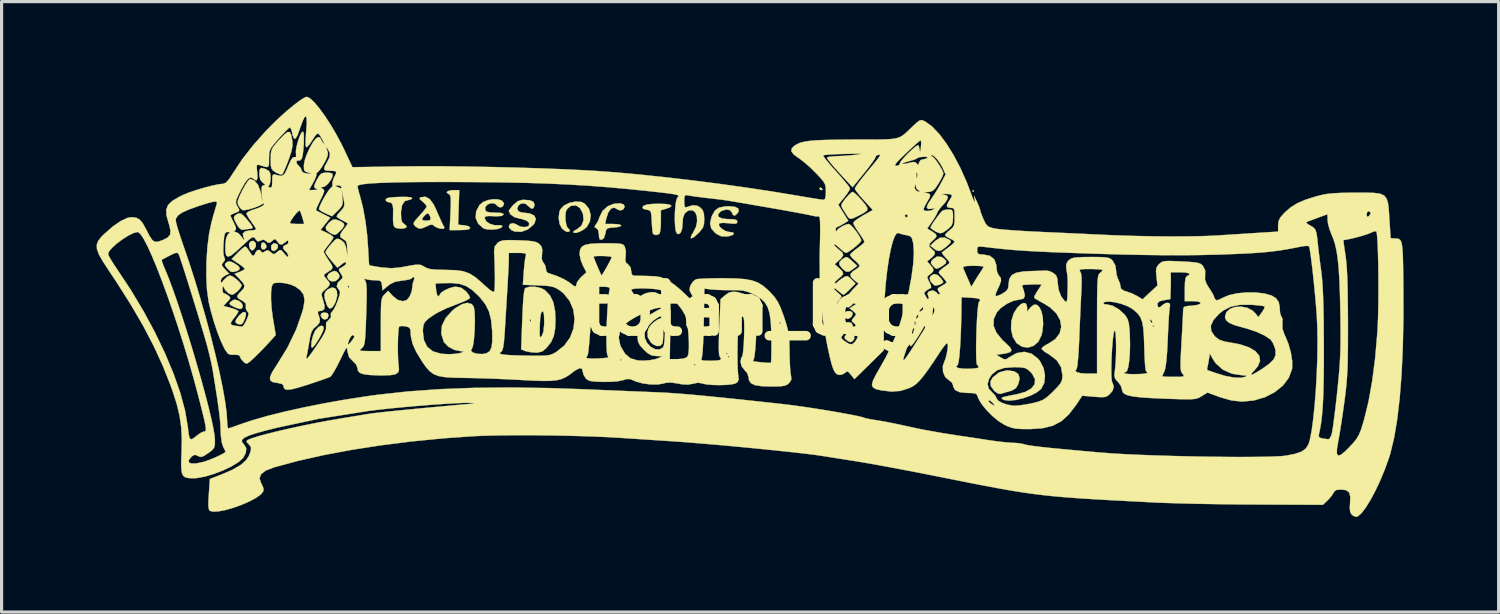
<source format=kicad_pcb>
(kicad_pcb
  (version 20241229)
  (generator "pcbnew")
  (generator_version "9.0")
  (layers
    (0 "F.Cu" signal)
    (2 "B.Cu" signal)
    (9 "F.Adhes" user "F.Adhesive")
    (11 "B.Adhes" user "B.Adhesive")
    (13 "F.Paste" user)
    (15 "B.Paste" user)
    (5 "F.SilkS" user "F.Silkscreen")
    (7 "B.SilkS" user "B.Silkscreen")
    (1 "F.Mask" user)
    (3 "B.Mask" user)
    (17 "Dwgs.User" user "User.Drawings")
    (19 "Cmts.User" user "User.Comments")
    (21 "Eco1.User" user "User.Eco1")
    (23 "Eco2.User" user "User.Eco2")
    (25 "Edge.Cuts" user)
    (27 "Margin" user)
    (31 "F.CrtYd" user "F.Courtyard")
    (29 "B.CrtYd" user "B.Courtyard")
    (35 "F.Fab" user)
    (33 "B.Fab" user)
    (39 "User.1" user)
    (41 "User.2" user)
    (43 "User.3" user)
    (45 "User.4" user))
  (footprint "totan_logo"
    (layer "F.Cu")
    (at 21.341 6.711)
    (property "Reference" "totan_logo" (at 0 0 0) (layer "F.SilkS") (effects (font (size 1.524 1.524) (thickness 0.3))))
    (attr through_hole)
    (fp_poly (pts (xy 6.35 -3.734) (xy 6.325 -3.708) (xy 6.299 -3.734) (xy 6.325 -3.759) (xy 6.35 -3.734)) (stroke (width 0.01) (type solid)) (fill yes) (layer "F.SilkS"))
    (fp_poly (pts (xy -14.047 0.126) (xy -14.021 0.198) (xy -14.057 0.294) (xy -14.139 0.327) (xy -14.218 0.291) (xy -14.273 0.193) (xy -14.238 0.123) (xy -14.148 0.102) (xy -14.047 0.126)) (stroke (width 0.01) (type solid)) (fill yes) (layer "F.SilkS"))
    (fp_poly (pts (xy 1.524 -3.835) (xy 1.572 -3.79) (xy 1.575 -3.782) (xy 1.535 -3.76) (xy 1.524 -3.759) (xy 1.475 -3.798) (xy 1.473 -3.813) (xy 1.504 -3.843) (xy 1.524 -3.835)) (stroke (width 0.01) (type solid)) (fill yes) (layer "F.SilkS"))
    (fp_poly (pts (xy -15.634 -2.047) (xy -15.617 -1.963) (xy -15.648 -1.903) (xy -15.738 -1.834) (xy -15.809 -1.862) (xy -15.83 -1.903) (xy -15.832 -2.011) (xy -15.763 -2.077) (xy -15.723 -2.083) (xy -15.634 -2.047)) (stroke (width 0.01) (type solid)) (fill yes) (layer "F.SilkS"))
    (fp_poly (pts (xy -16.379 -2.151) (xy -16.317 -2.082) (xy -16.317 -1.978) (xy -16.379 -1.883) (xy -16.445 -1.854) (xy -16.499 -1.911) (xy -16.51 -1.93) (xy -16.534 -2.043) (xy -16.495 -2.13) (xy -16.412 -2.159) (xy -16.379 -2.151)) (stroke (width 0.01) (type solid)) (fill yes) (layer "F.SilkS"))
    (fp_poly (pts (xy -16.003 -2.053) (xy -15.98 -1.975) (xy -15.985 -1.952) (xy -16.045 -1.887) (xy -16.117 -1.893) (xy -16.154 -1.965) (xy -16.154 -1.973) (xy -16.138 -2.069) (xy -16.121 -2.099) (xy -16.062 -2.106) (xy -16.003 -2.053)) (stroke (width 0.01) (type solid)) (fill yes) (layer "F.SilkS"))
    (fp_poly (pts (xy 2.492 0.437) (xy 2.523 0.514) (xy 2.487 0.586) (xy 2.412 0.652) (xy 2.333 0.638) (xy 2.291 0.614) (xy 2.245 0.541) (xy 2.271 0.46) (xy 2.352 0.409) (xy 2.383 0.406) (xy 2.492 0.437)) (stroke (width 0.01) (type solid)) (fill yes) (layer "F.SilkS"))
    (fp_poly (pts (xy -13.768 -1.187) (xy -13.728 -1.151) (xy -13.671 -1.063) (xy -13.697 -0.977) (xy -13.797 -0.892) (xy -13.92 -0.877) (xy -14.009 -0.923) (xy -14.067 -1.022) (xy -14.027 -1.111) (xy -13.943 -1.169) (xy -13.84 -1.211) (xy -13.768 -1.187)) (stroke (width 0.01) (type solid)) (fill yes) (layer "F.SilkS"))
    (fp_poly (pts (xy -16.625 0.168) (xy -16.662 0.303) (xy -16.72 0.427) (xy -16.776 0.477) (xy -16.858 0.474) (xy -16.878 0.47) (xy -16.956 0.423) (xy -16.945 0.334) (xy -16.847 0.2) (xy -16.834 0.186) (xy -16.72 0.093) (xy -16.646 0.09) (xy -16.625 0.168)) (stroke (width 0.01) (type solid)) (fill yes) (layer "F.SilkS"))
    (fp_poly (pts (xy 2.39 -0.326) (xy 2.465 -0.285) (xy 2.53 -0.22) (xy 2.511 -0.154) (xy 2.494 -0.132) (xy 2.399 -0.061) (xy 2.291 -0.078) (xy 2.216 -0.126) (xy 2.152 -0.217) (xy 2.167 -0.305) (xy 2.25 -0.354) (xy 2.275 -0.356) (xy 2.39 -0.326)) (stroke (width 0.01) (type solid)) (fill yes) (layer "F.SilkS"))
    (fp_poly (pts (xy 2.497 0.773) (xy 2.571 0.836) (xy 2.574 0.842) (xy 2.567 0.941) (xy 2.533 0.994) (xy 2.467 1.039) (xy 2.393 1.017) (xy 2.345 0.986) (xy 2.269 0.915) (xy 2.276 0.852) (xy 2.29 0.834) (xy 2.388 0.772) (xy 2.497 0.773)) (stroke (width 0.01) (type solid)) (fill yes) (layer "F.SilkS"))
    (fp_poly (pts (xy 2.516 0.104) (xy 2.514 0.181) (xy 2.456 0.263) (xy 2.375 0.304) (xy 2.369 0.304) (xy 2.278 0.278) (xy 2.238 0.257) (xy 2.192 0.206) (xy 2.227 0.137) (xy 2.232 0.131) (xy 2.331 0.065) (xy 2.442 0.056) (xy 2.516 0.104)) (stroke (width 0.01) (type solid)) (fill yes) (layer "F.SilkS"))
    (fp_poly (pts (xy 5.171 -0.533) (xy 5.202 -0.492) (xy 5.228 -0.408) (xy 5.17 -0.336) (xy 5.159 -0.327) (xy 5.05 -0.263) (xy 4.978 -0.282) (xy 4.917 -0.385) (xy 4.883 -0.489) (xy 4.911 -0.548) (xy 4.93 -0.562) (xy 5.059 -0.596) (xy 5.171 -0.533)) (stroke (width 0.01) (type solid)) (fill yes) (layer "F.SilkS"))
    (fp_poly (pts (xy 5.202 -1.082) (xy 5.286 -1.003) (xy 5.355 -0.912) (xy 5.383 -0.859) (xy 5.343 -0.813) (xy 5.25 -0.77) (xy 5.151 -0.747) (xy 5.101 -0.754) (xy 4.984 -0.87) (xy 4.952 -0.982) (xy 4.978 -1.041) (xy 5.085 -1.112) (xy 5.202 -1.082)) (stroke (width 0.01) (type solid)) (fill yes) (layer "F.SilkS"))
    (fp_poly (pts (xy -16.856 -0.27) (xy -16.763 -0.193) (xy -16.726 -0.104) (xy -16.731 -0.079) (xy -16.763 -0.021) (xy -16.818 -0.008) (xy -16.921 -0.04) (xy -17.011 -0.078) (xy -17.12 -0.134) (xy -17.146 -0.182) (xy -17.119 -0.229) (xy -17.026 -0.293) (xy -16.974 -0.303) (xy -16.856 -0.27)) (stroke (width 0.01) (type solid)) (fill yes) (layer "F.SilkS"))
    (fp_poly (pts (xy 5.588 -2.184) (xy 5.623 -2.142) (xy 5.596 -2.085) (xy 5.498 -1.992) (xy 5.486 -1.982) (xy 5.348 -1.875) (xy 5.249 -1.838) (xy 5.158 -1.864) (xy 5.083 -1.918) (xy 4.972 -2.007) (xy 5.125 -2.153) (xy 5.276 -2.256) (xy 5.427 -2.263) (xy 5.588 -2.184)) (stroke (width 0.01) (type solid)) (fill yes) (layer "F.SilkS"))
    (fp_poly (pts (xy -17.09 -1.498) (xy -16.989 -1.449) (xy -16.858 -1.358) (xy -16.821 -1.278) (xy -16.88 -1.218) (xy -16.929 -1.2) (xy -17.041 -1.175) (xy -17.11 -1.189) (xy -17.185 -1.257) (xy -17.214 -1.288) (xy -17.286 -1.375) (xy -17.289 -1.429) (xy -17.244 -1.475) (xy -17.175 -1.512) (xy -17.09 -1.498)) (stroke (width 0.01) (type solid)) (fill yes) (layer "F.SilkS"))
    (fp_poly (pts (xy -13.813 -0.661) (xy -13.757 -0.568) (xy -13.748 -0.423) (xy -13.796 -0.24) (xy -13.824 -0.175) (xy -13.909 -0.048) (xy -13.987 -0.02) (xy -14.055 -0.091) (xy -14.075 -0.136) (xy -14.14 -0.335) (xy -14.153 -0.471) (xy -14.11 -0.567) (xy -14.04 -0.63) (xy -13.91 -0.687) (xy -13.813 -0.661)) (stroke (width 0.01) (type solid)) (fill yes) (layer "F.SilkS"))
    (fp_poly (pts (xy 2.432 -1.587) (xy 2.5 -1.525) (xy 2.667 -1.372) (xy 2.54 -1.272) (xy 2.415 -1.189) (xy 2.32 -1.184) (xy 2.219 -1.259) (xy 2.193 -1.286) (xy 2.105 -1.399) (xy 2.1 -1.481) (xy 2.179 -1.566) (xy 2.21 -1.588) (xy 2.29 -1.64) (xy 2.352 -1.642) (xy 2.432 -1.587)) (stroke (width 0.01) (type solid)) (fill yes) (layer "F.SilkS"))
    (fp_poly (pts (xy 5.321 -1.652) (xy 5.397 -1.606) (xy 5.474 -1.525) (xy 5.462 -1.451) (xy 5.357 -1.368) (xy 5.339 -1.357) (xy 5.225 -1.293) (xy 5.159 -1.28) (xy 5.102 -1.32) (xy 5.055 -1.372) (xy 4.993 -1.451) (xy 5.002 -1.512) (xy 5.055 -1.575) (xy 5.184 -1.664) (xy 5.321 -1.652)) (stroke (width 0.01) (type solid)) (fill yes) (layer "F.SilkS"))
    (fp_poly (pts (xy -14.184 0.546) (xy -14.173 0.6) (xy -14.198 0.689) (xy -14.261 0.821) (xy -14.346 0.969) (xy -14.434 1.103) (xy -14.509 1.194) (xy -14.546 1.218) (xy -14.565 1.174) (xy -14.562 1.063) (xy -14.555 1.003) (xy -14.511 0.833) (xy -14.447 0.685) (xy -14.431 0.66) (xy -14.332 0.556) (xy -14.243 0.516) (xy -14.184 0.546)) (stroke (width 0.01) (type solid)) (fill yes) (layer "F.SilkS"))
    (fp_poly (pts (xy -13.686 -2.798) (xy -13.65 -2.781) (xy -13.545 -2.715) (xy -13.524 -2.641) (xy -13.589 -2.541) (xy -13.655 -2.473) (xy -13.754 -2.381) (xy -13.819 -2.348) (xy -13.892 -2.368) (xy -13.983 -2.417) (xy -14.095 -2.503) (xy -14.11 -2.595) (xy -14.03 -2.709) (xy -14.005 -2.734) (xy -13.9 -2.819) (xy -13.809 -2.838) (xy -13.686 -2.798)) (stroke (width 0.01) (type solid)) (fill yes) (layer "F.SilkS"))
    (fp_poly (pts (xy -16.771 -3.011) (xy -16.687 -2.936) (xy -16.601 -2.84) (xy -16.478 -2.69) (xy -16.421 -2.599) (xy -16.427 -2.553) (xy -16.49 -2.539) (xy -16.497 -2.539) (xy -16.622 -2.525) (xy -16.693 -2.51) (xy -16.777 -2.512) (xy -16.853 -2.58) (xy -16.909 -2.666) (xy -16.988 -2.812) (xy -17.01 -2.901) (xy -16.974 -2.96) (xy -16.906 -3.003) (xy -16.836 -3.029) (xy -16.771 -3.011)) (stroke (width 0.01) (type solid)) (fill yes) (layer "F.SilkS"))
    (fp_poly (pts (xy -3.495 0.286) (xy -3.475 0.346) (xy -3.462 0.476) (xy -3.455 0.646) (xy -3.457 0.824) (xy -3.466 0.98) (xy -3.483 1.083) (xy -3.485 1.088) (xy -3.556 1.157) (xy -3.668 1.16) (xy -3.79 1.1) (xy -3.857 1.035) (xy -3.946 0.878) (xy -3.952 0.717) (xy -3.916 0.595) (xy -3.852 0.501) (xy -3.746 0.402) (xy -3.629 0.321) (xy -3.531 0.282) (xy -3.495 0.286)) (stroke (width 0.01) (type solid)) (fill yes) (layer "F.SilkS"))
    (fp_poly (pts (xy 7.625 1.96) (xy 7.752 2.046) (xy 7.793 2.185) (xy 7.75 2.362) (xy 7.676 2.487) (xy 7.561 2.561) (xy 7.468 2.591) (xy 7.32 2.632) (xy 7.208 2.667) (xy 7.187 2.674) (xy 7.108 2.66) (xy 7.004 2.588) (xy 6.987 2.572) (xy 6.88 2.421) (xy 6.872 2.277) (xy 6.947 2.149) (xy 7.144 1.993) (xy 7.379 1.931) (xy 7.417 1.93) (xy 7.625 1.96)) (stroke (width 0.01) (type solid)) (fill yes) (layer "F.SilkS"))
    (fp_poly (pts (xy -9.931 -2.667) (xy -9.741 -2.651) (xy -9.607 -2.623) (xy -9.551 -2.574) (xy -9.55 -2.568) (xy -9.584 -2.528) (xy -9.693 -2.506) (xy -9.874 -2.499) (xy -10.198 -2.497) (xy -10.172 -3.051) (xy -10.162 -3.298) (xy -10.162 -3.462) (xy -10.172 -3.562) (xy -10.196 -3.614) (xy -10.229 -3.636) (xy -10.29 -3.681) (xy -10.265 -3.724) (xy -10.168 -3.753) (xy -10.075 -3.759) (xy -9.895 -3.759) (xy -9.931 -2.667)) (stroke (width 0.01) (type solid)) (fill yes) (layer "F.SilkS"))
    (fp_poly (pts (xy 2.58 -3.671) (xy 2.682 -3.577) (xy 2.805 -3.443) (xy 2.812 -3.435) (xy 2.937 -3.284) (xy 2.992 -3.185) (xy 2.973 -3.111) (xy 2.873 -3.039) (xy 2.707 -2.953) (xy 2.553 -2.879) (xy 2.461 -2.853) (xy 2.402 -2.876) (xy 2.348 -2.948) (xy 2.341 -2.959) (xy 2.256 -3.094) (xy 2.201 -3.181) (xy 2.166 -3.252) (xy 2.176 -3.322) (xy 2.24 -3.422) (xy 2.297 -3.496) (xy 2.402 -3.614) (xy 2.488 -3.69) (xy 2.521 -3.706) (xy 2.58 -3.671)) (stroke (width 0.01) (type solid)) (fill yes) (layer "F.SilkS"))
    (fp_poly (pts (xy 5.633 -3.142) (xy 5.675 -3.104) (xy 5.688 -3.008) (xy 5.69 -2.902) (xy 5.681 -2.743) (xy 5.643 -2.641) (xy 5.555 -2.552) (xy 5.515 -2.521) (xy 5.39 -2.43) (xy 5.303 -2.398) (xy 5.216 -2.418) (xy 5.118 -2.467) (xy 5.021 -2.532) (xy 4.978 -2.581) (xy 4.978 -2.582) (xy 5.007 -2.644) (xy 5.078 -2.756) (xy 5.172 -2.887) (xy 5.266 -3.01) (xy 5.34 -3.095) (xy 5.358 -3.111) (xy 5.445 -3.139) (xy 5.55 -3.149) (xy 5.633 -3.142)) (stroke (width 0.01) (type solid)) (fill yes) (layer "F.SilkS"))
    (fp_poly (pts (xy -15.242 -5.59) (xy -15.198 -5.499) (xy -15.165 -5.32) (xy -15.163 -5.309) (xy -15.159 -5.162) (xy -15.192 -4.988) (xy -15.266 -4.76) (xy -15.287 -4.704) (xy -15.361 -4.515) (xy -15.427 -4.363) (xy -15.472 -4.272) (xy -15.48 -4.26) (xy -15.546 -4.257) (xy -15.657 -4.302) (xy -15.686 -4.318) (xy -15.776 -4.379) (xy -15.824 -4.444) (xy -15.844 -4.544) (xy -15.847 -4.71) (xy -15.847 -4.736) (xy -15.843 -4.897) (xy -15.825 -5.011) (xy -15.777 -5.111) (xy -15.686 -5.227) (xy -15.567 -5.359) (xy -15.414 -5.519) (xy -15.31 -5.596) (xy -15.242 -5.59)) (stroke (width 0.01) (type solid)) (fill yes) (layer "F.SilkS"))
    (fp_poly (pts (xy 7.997 -0.174) (xy 8.027 -0.072) (xy 8.027 -0.064) (xy 8.027 0.076) (xy 8.141 -0.063) (xy 8.244 -0.144) (xy 8.34 -0.138) (xy 8.422 -0.058) (xy 8.485 0.081) (xy 8.524 0.265) (xy 8.534 0.48) (xy 8.508 0.712) (xy 8.482 0.823) (xy 8.385 1.021) (xy 8.237 1.152) (xy 8.059 1.209) (xy 7.874 1.185) (xy 7.703 1.074) (xy 7.696 1.067) (xy 7.578 0.876) (xy 7.522 0.634) (xy 7.531 0.374) (xy 7.607 0.127) (xy 7.615 0.112) (xy 7.718 -0.05) (xy 7.827 -0.157) (xy 7.925 -0.2) (xy 7.997 -0.174)) (stroke (width 0.01) (type solid)) (fill yes) (layer "F.SilkS"))
    (fp_poly (pts (xy -3.376 -3.322) (xy -3.243 -3.298) (xy -3.198 -3.263) (xy -3.246 -3.217) (xy -3.365 -3.173) (xy -3.531 -3.124) (xy -3.531 -2.769) (xy -3.537 -2.587) (xy -3.555 -2.446) (xy -3.58 -2.377) (xy -3.581 -2.376) (xy -3.685 -2.339) (xy -3.768 -2.372) (xy -3.785 -2.4) (xy -3.799 -2.482) (xy -3.812 -2.63) (xy -3.821 -2.794) (xy -3.831 -2.972) (xy -3.849 -3.072) (xy -3.886 -3.119) (xy -3.952 -3.137) (xy -3.975 -3.14) (xy -4.077 -3.166) (xy -4.115 -3.201) (xy -4.084 -3.262) (xy -3.984 -3.302) (xy -3.804 -3.324) (xy -3.594 -3.329) (xy -3.376 -3.322)) (stroke (width 0.01) (type solid)) (fill yes) (layer "F.SilkS"))
    (fp_poly (pts (xy -11.43 -3.534) (xy -11.379 -3.508) (xy -11.379 -3.507) (xy -11.422 -3.464) (xy -11.477 -3.454) (xy -11.614 -3.413) (xy -11.699 -3.289) (xy -11.734 -3.078) (xy -11.735 -3.021) (xy -11.727 -2.851) (xy -11.699 -2.752) (xy -11.64 -2.696) (xy -11.632 -2.692) (xy -11.563 -2.631) (xy -11.559 -2.588) (xy -11.631 -2.552) (xy -11.753 -2.543) (xy -11.877 -2.562) (xy -11.929 -2.584) (xy -11.969 -2.654) (xy -11.986 -2.804) (xy -11.984 -2.964) (xy -11.982 -3.17) (xy -11.998 -3.295) (xy -12.04 -3.357) (xy -12.114 -3.377) (xy -12.132 -3.378) (xy -12.205 -3.415) (xy -12.217 -3.454) (xy -12.197 -3.494) (xy -12.122 -3.52) (xy -11.978 -3.537) (xy -11.798 -3.545) (xy -11.573 -3.547) (xy -11.43 -3.534)) (stroke (width 0.01) (type solid)) (fill yes) (layer "F.SilkS"))
    (fp_poly (pts (xy -4.706 -3.307) (xy -4.674 -3.233) (xy -4.715 -3.155) (xy -4.804 -3.119) (xy -4.892 -3.144) (xy -4.895 -3.148) (xy -5.005 -3.209) (xy -5.107 -3.175) (xy -5.194 -3.052) (xy -5.256 -2.857) (xy -5.291 -2.692) (xy -5.033 -2.692) (xy -4.863 -2.681) (xy -4.786 -2.653) (xy -4.804 -2.619) (xy -4.92 -2.59) (xy -5.016 -2.581) (xy -5.163 -2.567) (xy -5.238 -2.535) (xy -5.27 -2.464) (xy -5.283 -2.388) (xy -5.329 -2.245) (xy -5.397 -2.194) (xy -5.459 -2.203) (xy -5.484 -2.277) (xy -5.486 -2.353) (xy -5.512 -2.502) (xy -5.57 -2.561) (xy -5.625 -2.595) (xy -5.603 -2.648) (xy -5.576 -2.681) (xy -5.507 -2.797) (xy -5.466 -2.913) (xy -5.372 -3.105) (xy -5.206 -3.253) (xy -5.01 -3.33) (xy -4.821 -3.344) (xy -4.706 -3.307)) (stroke (width 0.01) (type solid)) (fill yes) (layer "F.SilkS"))
    (fp_poly (pts (xy -6.044 -3.387) (xy -5.939 -3.338) (xy -5.802 -3.175) (xy -5.746 -2.975) (xy -5.773 -2.767) (xy -5.867 -2.601) (xy -5.961 -2.52) (xy -6.08 -2.454) (xy -6.195 -2.414) (xy -6.277 -2.411) (xy -6.299 -2.439) (xy -6.258 -2.482) (xy -6.171 -2.531) (xy -6.035 -2.644) (xy -5.972 -2.812) (xy -5.991 -3.013) (xy -5.997 -3.03) (xy -6.087 -3.197) (xy -6.213 -3.278) (xy -6.363 -3.265) (xy -6.38 -3.258) (xy -6.485 -3.169) (xy -6.531 -3.079) (xy -6.546 -2.941) (xy -6.538 -2.785) (xy -6.511 -2.646) (xy -6.471 -2.56) (xy -6.456 -2.55) (xy -6.403 -2.501) (xy -6.429 -2.449) (xy -6.475 -2.438) (xy -6.561 -2.473) (xy -6.653 -2.55) (xy -6.728 -2.692) (xy -6.757 -2.881) (xy -6.736 -3.069) (xy -6.704 -3.152) (xy -6.591 -3.273) (xy -6.419 -3.358) (xy -6.225 -3.399) (xy -6.044 -3.387)) (stroke (width 0.01) (type solid)) (fill yes) (layer "F.SilkS"))
    (fp_poly (pts (xy -8.662 -3.467) (xy -8.542 -3.424) (xy -8.485 -3.345) (xy -8.484 -3.327) (xy -8.521 -3.242) (xy -8.603 -3.212) (xy -8.683 -3.251) (xy -8.696 -3.269) (xy -8.779 -3.339) (xy -8.891 -3.348) (xy -8.999 -3.308) (xy -9.072 -3.23) (xy -9.076 -3.127) (xy -9.075 -3.125) (xy -9.022 -3.076) (xy -8.899 -3.053) (xy -8.76 -3.048) (xy -8.589 -3.041) (xy -8.507 -3.017) (xy -8.497 -2.985) (xy -8.557 -2.946) (xy -8.704 -2.934) (xy -8.806 -2.938) (xy -8.973 -2.943) (xy -9.061 -2.929) (xy -9.092 -2.891) (xy -9.093 -2.876) (xy -9.048 -2.779) (xy -8.936 -2.699) (xy -8.79 -2.653) (xy -8.687 -2.652) (xy -8.574 -2.654) (xy -8.532 -2.623) (xy -8.575 -2.572) (xy -8.577 -2.57) (xy -8.703 -2.529) (xy -8.874 -2.513) (xy -9.039 -2.525) (xy -9.132 -2.554) (xy -9.298 -2.7) (xy -9.376 -2.882) (xy -9.363 -3.086) (xy -9.255 -3.292) (xy -9.255 -3.292) (xy -9.142 -3.385) (xy -8.988 -3.446) (xy -8.82 -3.473) (xy -8.662 -3.467)) (stroke (width 0.01) (type solid)) (fill yes) (layer "F.SilkS"))
    (fp_poly (pts (xy -7.662 -3.439) (xy -7.553 -3.389) (xy -7.518 -3.3) (xy -7.518 -3.3) (xy -7.548 -3.195) (xy -7.618 -3.175) (xy -7.703 -3.246) (xy -7.703 -3.246) (xy -7.813 -3.336) (xy -7.937 -3.34) (xy -8.026 -3.277) (xy -8.069 -3.171) (xy -8.023 -3.088) (xy -7.904 -3.049) (xy -7.879 -3.048) (xy -7.664 -3.024) (xy -7.528 -2.956) (xy -7.478 -2.852) (xy -7.518 -2.719) (xy -7.56 -2.662) (xy -7.733 -2.518) (xy -7.935 -2.445) (xy -8.137 -2.451) (xy -8.242 -2.493) (xy -8.316 -2.566) (xy -8.331 -2.613) (xy -8.292 -2.69) (xy -8.2 -2.717) (xy -8.097 -2.683) (xy -8.079 -2.668) (xy -7.969 -2.611) (xy -7.837 -2.592) (xy -7.728 -2.615) (xy -7.695 -2.644) (xy -7.691 -2.726) (xy -7.774 -2.799) (xy -7.929 -2.85) (xy -7.987 -2.86) (xy -8.158 -2.91) (xy -8.281 -2.996) (xy -8.331 -3.099) (xy -8.331 -3.103) (xy -8.299 -3.159) (xy -8.22 -3.257) (xy -8.184 -3.297) (xy -8.046 -3.412) (xy -7.899 -3.453) (xy -7.858 -3.454) (xy -7.662 -3.439)) (stroke (width 0.01) (type solid)) (fill yes) (layer "F.SilkS"))
    (fp_poly (pts (xy -1.186 -3.232) (xy -1.085 -3.177) (xy -1.076 -3.09) (xy -1.118 -3.022) (xy -1.201 -2.953) (xy -1.259 -2.981) (xy -1.285 -3.048) (xy -1.35 -3.127) (xy -1.467 -3.149) (xy -1.604 -3.109) (xy -1.65 -3.081) (xy -1.728 -2.993) (xy -1.712 -2.919) (xy -1.61 -2.868) (xy -1.431 -2.845) (xy -1.399 -2.845) (xy -1.232 -2.839) (xy -1.146 -2.817) (xy -1.118 -2.773) (xy -1.118 -2.763) (xy -1.132 -2.717) (xy -1.192 -2.699) (xy -1.319 -2.706) (xy -1.392 -2.715) (xy -1.567 -2.727) (xy -1.676 -2.714) (xy -1.698 -2.698) (xy -1.691 -2.627) (xy -1.617 -2.545) (xy -1.504 -2.475) (xy -1.381 -2.44) (xy -1.358 -2.438) (xy -1.251 -2.422) (xy -1.227 -2.384) (xy -1.276 -2.34) (xy -1.387 -2.305) (xy -1.457 -2.296) (xy -1.628 -2.304) (xy -1.769 -2.373) (xy -1.822 -2.415) (xy -1.941 -2.55) (xy -1.978 -2.703) (xy -1.938 -2.895) (xy -1.909 -2.969) (xy -1.821 -3.119) (xy -1.696 -3.207) (xy -1.509 -3.246) (xy -1.373 -3.251) (xy -1.186 -3.232)) (stroke (width 0.01) (type solid)) (fill yes) (layer "F.SilkS"))
    (fp_poly (pts (xy -10.83 -3.48) (xy -10.707 -3.315) (xy -10.615 -3.123) (xy -10.536 -2.938) (xy -10.466 -2.782) (xy -10.419 -2.685) (xy -10.416 -2.68) (xy -10.372 -2.596) (xy -10.363 -2.566) (xy -10.403 -2.539) (xy -10.496 -2.545) (xy -10.603 -2.577) (xy -10.672 -2.62) (xy -10.742 -2.669) (xy -10.815 -2.666) (xy -10.915 -2.62) (xy -11.073 -2.553) (xy -11.184 -2.552) (xy -11.282 -2.617) (xy -11.29 -2.625) (xy -11.331 -2.677) (xy -11.331 -2.73) (xy -11.281 -2.807) (xy -11.254 -2.837) (xy -11.074 -2.837) (xy -11.033 -2.806) (xy -10.94 -2.795) (xy -10.845 -2.806) (xy -10.805 -2.826) (xy -10.801 -2.89) (xy -10.826 -2.957) (xy -10.872 -3.024) (xy -10.921 -3.015) (xy -10.977 -2.968) (xy -11.051 -2.886) (xy -11.074 -2.837) (xy -11.254 -2.837) (xy -11.17 -2.931) (xy -11.149 -2.953) (xy -11.032 -3.085) (xy -10.951 -3.191) (xy -10.922 -3.245) (xy -10.958 -3.308) (xy -11.047 -3.393) (xy -11.055 -3.399) (xy -11.138 -3.474) (xy -11.142 -3.515) (xy -11.107 -3.535) (xy -10.962 -3.551) (xy -10.83 -3.48)) (stroke (width 0.01) (type solid)) (fill yes) (layer "F.SilkS"))
    (fp_poly (pts (xy -7.493 -0.707) (xy -7.314 -0.667) (xy -7.194 -0.605) (xy -7.032 -0.437) (xy -6.927 -0.224) (xy -6.871 0.053) (xy -6.858 0.331) (xy -6.87 0.623) (xy -6.912 0.846) (xy -6.993 1.029) (xy -7.125 1.201) (xy -7.153 1.232) (xy -7.275 1.331) (xy -7.42 1.367) (xy -7.49 1.368) (xy -7.656 1.354) (xy -7.8 1.323) (xy -7.818 1.316) (xy -7.941 1.267) (xy -7.921 0.717) (xy -7.358 0.717) (xy -7.354 0.835) (xy -7.341 0.881) (xy -7.313 0.87) (xy -7.29 0.841) (xy -7.238 0.706) (xy -7.215 0.475) (xy -7.214 0.392) (xy -7.219 0.198) (xy -7.237 0.092) (xy -7.269 0.062) (xy -7.277 0.063) (xy -7.315 0.126) (xy -7.341 0.286) (xy -7.353 0.512) (xy -7.358 0.717) (xy -7.921 0.717) (xy -7.908 0.356) (xy -7.671 0.356) (xy -7.652 0.397) (xy -7.637 0.389) (xy -7.631 0.329) (xy -7.637 0.322) (xy -7.667 0.329) (xy -7.671 0.356) (xy -7.908 0.356) (xy -7.906 0.319) (xy -7.89 -0.059) (xy -7.872 -0.342) (xy -7.851 -0.534) (xy -7.827 -0.642) (xy -7.81 -0.67) (xy -7.674 -0.71) (xy -7.493 -0.707)) (stroke (width 0.01) (type solid)) (fill yes) (layer "F.SilkS"))
    (fp_poly (pts (xy -14.611 -6.662) (xy -14.478 -6.54) (xy -14.32 -6.353) (xy -14.144 -6.113) (xy -13.961 -5.833) (xy -13.78 -5.527) (xy -13.609 -5.207) (xy -13.534 -5.053) (xy -13.266 -4.484) (xy -11.649 -4.509) (xy -11.052 -4.514) (xy -10.377 -4.512) (xy -9.648 -4.504) (xy -8.887 -4.49) (xy -8.118 -4.472) (xy -7.365 -4.448) (xy -6.651 -4.421) (xy -5.999 -4.39) (xy -5.61 -4.368) (xy -4.945 -4.32) (xy -4.202 -4.252) (xy -3.401 -4.168) (xy -2.565 -4.071) (xy -1.713 -3.962) (xy -0.867 -3.845) (xy -0.048 -3.721) (xy 0.722 -3.595) (xy 0.802 -3.581) (xy 1.066 -3.536) (xy 1.298 -3.498) (xy 1.478 -3.47) (xy 1.585 -3.456) (xy 1.602 -3.454) (xy 1.649 -3.483) (xy 1.672 -3.582) (xy 1.676 -3.713) (xy 1.672 -3.841) (xy 1.651 -3.939) (xy 1.599 -4.034) (xy 1.501 -4.151) (xy 1.362 -4.298) (xy 1.19 -4.468) (xy 1.011 -4.626) (xy 0.86 -4.744) (xy 0.83 -4.763) (xy 0.699 -4.858) (xy 1.59 -4.858) (xy 1.611 -4.812) (xy 1.69 -4.707) (xy 1.814 -4.557) (xy 1.973 -4.379) (xy 1.999 -4.35) (xy 2.165 -4.165) (xy 2.302 -4.003) (xy 2.398 -3.881) (xy 2.438 -3.815) (xy 2.438 -3.811) (xy 2.408 -3.741) (xy 2.33 -3.624) (xy 2.254 -3.525) (xy 2.069 -3.3) (xy 2.385 -2.791) (xy 2.221 -2.691) (xy 2.105 -2.626) (xy 2.027 -2.592) (xy 2.019 -2.591) (xy 1.989 -2.549) (xy 1.985 -2.502) (xy 1.998 -2.453) (xy 2.015 -2.478) (xy 2.081 -2.548) (xy 2.199 -2.623) (xy 2.328 -2.678) (xy 2.401 -2.692) (xy 2.465 -2.653) (xy 2.558 -2.554) (xy 2.658 -2.425) (xy 2.742 -2.294) (xy 2.79 -2.191) (xy 2.794 -2.166) (xy 2.756 -2.107) (xy 2.661 -2.016) (xy 2.538 -1.916) (xy 2.417 -1.83) (xy 2.325 -1.782) (xy 2.306 -1.778) (xy 2.248 -1.811) (xy 2.149 -1.893) (xy 2.098 -1.94) (xy 2 -2.025) (xy 1.94 -2.059) (xy 1.93 -2.052) (xy 1.968 -1.99) (xy 2.06 -1.905) (xy 2.083 -1.888) (xy 2.198 -1.788) (xy 2.224 -1.705) (xy 2.163 -1.611) (xy 2.095 -1.547) (xy 1.956 -1.422) (xy 2.095 -1.298) (xy 2.201 -1.192) (xy 2.223 -1.114) (xy 2.16 -1.034) (xy 2.079 -0.97) (xy 1.987 -0.889) (xy 1.951 -0.831) (xy 1.955 -0.822) (xy 2.007 -0.825) (xy 2.022 -0.841) (xy 2.087 -0.901) (xy 2.196 -0.979) (xy 2.203 -0.984) (xy 2.304 -1.042) (xy 2.37 -1.042) (xy 2.449 -0.977) (xy 2.481 -0.946) (xy 2.612 -0.814) (xy 2.439 -0.636) (xy 2.332 -0.532) (xy 2.254 -0.468) (xy 2.233 -0.457) (xy 2.177 -0.489) (xy 2.083 -0.566) (xy 2.065 -0.582) (xy 1.978 -0.651) (xy 1.933 -0.668) (xy 1.93 -0.662) (xy 1.967 -0.603) (xy 2.055 -0.519) (xy 2.065 -0.511) (xy 2.152 -0.435) (xy 2.166 -0.382) (xy 2.115 -0.312) (xy 2.107 -0.304) (xy 2.047 -0.225) (xy 2.037 -0.186) (xy 2.09 -0.148) (xy 2.175 -0.09) (xy 2.293 -0.011) (xy 2.175 0.1) (xy 2.099 0.179) (xy 2.095 0.224) (xy 2.146 0.26) (xy 2.224 0.34) (xy 2.221 0.426) (xy 2.159 0.476) (xy 2.092 0.531) (xy 2.083 0.56) (xy 2.112 0.594) (xy 2.128 0.588) (xy 2.192 0.598) (xy 2.236 0.637) (xy 2.271 0.711) (xy 2.229 0.791) (xy 2.214 0.808) (xy 2.164 0.876) (xy 2.176 0.929) (xy 2.262 1.002) (xy 2.271 1.008) (xy 2.41 1.095) (xy 2.508 1.103) (xy 2.592 1.031) (xy 2.622 0.989) (xy 2.676 0.894) (xy 2.668 0.838) (xy 2.611 0.789) (xy 2.546 0.722) (xy 2.559 0.647) (xy 2.581 0.608) (xy 2.621 0.518) (xy 2.587 0.455) (xy 2.557 0.432) (xy 2.496 0.378) (xy 2.505 0.326) (xy 2.56 0.26) (xy 2.623 0.181) (xy 2.614 0.127) (xy 2.541 0.062) (xy 2.426 -0.031) (xy 2.703 -0.213) (xy 2.546 -0.309) (xy 2.442 -0.381) (xy 2.389 -0.435) (xy 2.388 -0.441) (xy 2.42 -0.497) (xy 2.502 -0.594) (xy 2.549 -0.644) (xy 2.71 -0.81) (xy 2.574 -0.917) (xy 2.465 -1.025) (xy 2.453 -1.115) (xy 2.538 -1.203) (xy 2.591 -1.237) (xy 2.693 -1.308) (xy 2.742 -1.365) (xy 2.743 -1.37) (xy 2.708 -1.428) (xy 2.62 -1.517) (xy 2.591 -1.542) (xy 2.493 -1.634) (xy 2.441 -1.705) (xy 2.438 -1.715) (xy 2.476 -1.768) (xy 2.575 -1.855) (xy 2.667 -1.925) (xy 2.793 -2.022) (xy 2.876 -2.098) (xy 2.896 -2.128) (xy 2.868 -2.187) (xy 2.797 -2.301) (xy 2.718 -2.417) (xy 2.623 -2.559) (xy 2.558 -2.674) (xy 2.54 -2.726) (xy 2.581 -2.778) (xy 2.69 -2.86) (xy 2.829 -2.946) (xy 4.166 -2.946) (xy 4.204 -2.897) (xy 4.216 -2.896) (xy 4.266 -2.934) (xy 4.267 -2.946) (xy 4.229 -2.996) (xy 4.216 -2.997) (xy 4.167 -2.959) (xy 4.166 -2.946) (xy 2.829 -2.946) (xy 2.842 -2.954) (xy 2.85 -2.959) (xy 3.16 -3.133) (xy 3.145 -3.148) (xy 4.758 -3.148) (xy 4.761 -3.13) (xy 4.847 -3.101) (xy 4.972 -3.11) (xy 5.08 -3.152) (xy 5.113 -3.184) (xy 5.058 -3.18) (xy 5.022 -3.172) (xy 4.901 -3.165) (xy 4.861 -3.217) (xy 4.901 -3.329) (xy 4.991 -3.464) (xy 5.11 -3.639) (xy 5.238 -3.847) (xy 5.306 -3.971) (xy 5.456 -4.256) (xy 5.363 -4.462) (xy 5.28 -4.612) (xy 5.181 -4.744) (xy 5.086 -4.836) (xy 5.013 -4.868) (xy 4.996 -4.86) (xy 5.001 -4.829) (xy 5.022 -4.826) (xy 5.079 -4.786) (xy 5.164 -4.685) (xy 5.255 -4.552) (xy 5.334 -4.418) (xy 5.38 -4.312) (xy 5.385 -4.283) (xy 5.36 -4.207) (xy 5.295 -4.078) (xy 5.228 -3.963) (xy 5.131 -3.817) (xy 5.051 -3.739) (xy 4.961 -3.707) (xy 4.885 -3.701) (xy 4.778 -3.694) (xy 4.767 -3.685) (xy 4.839 -3.672) (xy 4.936 -3.647) (xy 4.97 -3.597) (xy 4.94 -3.504) (xy 4.854 -3.357) (xy 4.787 -3.234) (xy 4.758 -3.148) (xy 3.145 -3.148) (xy 2.875 -3.44) (xy 2.744 -3.589) (xy 2.644 -3.715) (xy 2.594 -3.795) (xy 2.591 -3.807) (xy 2.592 -3.81) (xy 4.481 -3.81) (xy 4.541 -3.73) (xy 4.609 -3.714) (xy 4.671 -3.722) (xy 4.635 -3.737) (xy 4.61 -3.743) (xy 4.537 -3.807) (xy 4.517 -3.877) (xy 4.505 -3.938) (xy 4.487 -3.923) (xy 4.481 -3.81) (xy 2.592 -3.81) (xy 2.622 -3.869) (xy 2.705 -3.989) (xy 2.826 -4.148) (xy 2.902 -4.242) (xy 4.531 -4.242) (xy 4.537 -4.155) (xy 4.552 -4.147) (xy 4.555 -4.152) (xy 4.565 -4.253) (xy 4.556 -4.304) (xy 4.54 -4.325) (xy 4.531 -4.258) (xy 4.531 -4.242) (xy 2.902 -4.242) (xy 2.935 -4.283) (xy 3.123 -4.51) (xy 3.169 -4.565) (xy 3.864 -4.565) (xy 3.866 -4.531) (xy 3.899 -4.524) (xy 3.994 -4.553) (xy 4.006 -4.588) (xy 4.082 -4.588) (xy 4.141 -4.586) (xy 4.259 -4.609) (xy 4.301 -4.62) (xy 4.435 -4.649) (xy 4.509 -4.636) (xy 4.547 -4.596) (xy 4.588 -4.55) (xy 4.609 -4.596) (xy 4.614 -4.621) (xy 4.662 -4.705) (xy 4.715 -4.725) (xy 4.835 -4.752) (xy 4.872 -4.771) (xy 4.887 -4.801) (xy 4.806 -4.812) (xy 4.758 -4.811) (xy 4.637 -4.8) (xy 4.574 -4.78) (xy 4.572 -4.775) (xy 4.527 -4.746) (xy 4.413 -4.705) (xy 4.315 -4.678) (xy 4.176 -4.637) (xy 4.093 -4.603) (xy 4.082 -4.588) (xy 4.006 -4.588) (xy 4.014 -4.61) (xy 4.049 -4.675) (xy 4.139 -4.783) (xy 4.26 -4.911) (xy 4.39 -5.034) (xy 4.505 -5.132) (xy 4.581 -5.18) (xy 4.59 -5.182) (xy 4.615 -5.138) (xy 4.634 -5.042) (xy 4.647 -4.975) (xy 4.66 -4.998) (xy 4.677 -5.117) (xy 4.677 -5.118) (xy 4.685 -5.249) (xy 4.677 -5.326) (xy 4.669 -5.334) (xy 4.622 -5.301) (xy 4.517 -5.212) (xy 4.371 -5.079) (xy 4.211 -4.93) (xy 4.029 -4.755) (xy 3.916 -4.637) (xy 3.864 -4.565) (xy 3.169 -4.565) (xy 3.255 -4.671) (xy 3.337 -4.776) (xy 3.378 -4.837) (xy 3.386 -4.867) (xy 3.368 -4.876) (xy 3.334 -4.877) (xy 3.262 -4.845) (xy 3.251 -4.813) (xy 3.22 -4.75) (xy 3.137 -4.628) (xy 3.015 -4.465) (xy 2.885 -4.301) (xy 2.52 -3.851) (xy 2.104 -4.301) (xy 1.945 -4.477) (xy 1.818 -4.627) (xy 1.735 -4.736) (xy 1.71 -4.787) (xy 1.71 -4.788) (xy 1.77 -4.81) (xy 1.899 -4.826) (xy 2.022 -4.832) (xy 2.24 -4.842) (xy 2.489 -4.862) (xy 2.642 -4.879) (xy 2.752 -4.895) (xy 2.782 -4.905) (xy 2.727 -4.91) (xy 2.58 -4.91) (xy 2.337 -4.905) (xy 2.296 -4.904) (xy 2.044 -4.896) (xy 1.83 -4.885) (xy 1.674 -4.873) (xy 1.595 -4.861) (xy 1.59 -4.858) (xy 0.699 -4.858) (xy 0.663 -4.884) (xy 0.587 -4.984) (xy 0.598 -5.073) (xy 0.662 -5.142) (xy 0.747 -5.201) (xy 0.849 -5.249) (xy 0.979 -5.285) (xy 1.15 -5.312) (xy 1.372 -5.332) (xy 1.659 -5.344) (xy 2.02 -5.352) (xy 2.47 -5.355) (xy 2.573 -5.356) (xy 2.983 -5.356) (xy 3.306 -5.357) (xy 3.555 -5.362) (xy 3.745 -5.373) (xy 3.889 -5.395) (xy 4.001 -5.43) (xy 4.095 -5.481) (xy 4.186 -5.553) (xy 4.286 -5.647) (xy 4.411 -5.767) (xy 4.426 -5.781) (xy 4.555 -5.901) (xy 4.639 -5.96) (xy 4.705 -5.97) (xy 4.782 -5.941) (xy 4.814 -5.924) (xy 5.025 -5.773) (xy 5.251 -5.536) (xy 5.483 -5.227) (xy 5.711 -4.86) (xy 5.928 -4.447) (xy 6.125 -4.003) (xy 6.23 -3.727) (xy 6.299 -3.542) (xy 6.35 -3.421) (xy 6.379 -3.373) (xy 6.382 -3.404) (xy 6.356 -3.581) (xy 6.451 -3.378) (xy 6.51 -3.241) (xy 6.545 -3.139) (xy 6.549 -3.118) (xy 6.571 -3.041) (xy 6.622 -2.909) (xy 6.656 -2.829) (xy 6.724 -2.692) (xy 6.795 -2.615) (xy 6.906 -2.571) (xy 7.024 -2.545) (xy 7.151 -2.528) (xy 7.362 -2.508) (xy 7.637 -2.488) (xy 7.958 -2.467) (xy 8.307 -2.448) (xy 8.484 -2.44) (xy 8.858 -2.423) (xy 9.233 -2.406) (xy 9.584 -2.39) (xy 9.888 -2.376) (xy 10.122 -2.364) (xy 10.185 -2.361) (xy 10.797 -2.334) (xy 11.423 -2.314) (xy 12.043 -2.302) (xy 12.638 -2.297) (xy 13.189 -2.301) (xy 13.676 -2.312) (xy 14.052 -2.33) (xy 14.391 -2.352) (xy 14.737 -2.374) (xy 15.06 -2.395) (xy 15.33 -2.412) (xy 15.456 -2.42) (xy 15.951 -2.451) (xy 15.951 -2.648) (xy 15.96 -2.731) (xy 16.837 -2.731) (xy 16.897 -2.68) (xy 16.942 -2.656) (xy 17.05 -2.593) (xy 17.118 -2.525) (xy 17.157 -2.425) (xy 17.183 -2.267) (xy 17.197 -2.135) (xy 17.217 -1.943) (xy 17.248 -1.689) (xy 17.283 -1.41) (xy 17.309 -1.219) (xy 17.334 -1.003) (xy 17.354 -0.75) (xy 17.369 -0.447) (xy 17.381 -0.083) (xy 17.389 0.353) (xy 17.393 0.874) (xy 17.394 1.143) (xy 17.394 1.741) (xy 17.388 2.248) (xy 17.378 2.676) (xy 17.361 3.037) (xy 17.337 3.34) (xy 17.306 3.598) (xy 17.267 3.822) (xy 17.239 3.946) (xy 17.238 4.029) (xy 17.304 4.068) (xy 17.356 4.078) (xy 17.475 4.096) (xy 17.54 4.107) (xy 17.584 4.071) (xy 17.634 3.975) (xy 17.654 3.886) (xy 17.683 3.712) (xy 17.716 3.469) (xy 17.753 3.173) (xy 17.792 2.841) (xy 17.813 2.642) (xy 17.854 2.235) (xy 17.885 1.889) (xy 17.905 1.577) (xy 17.918 1.271) (xy 17.923 0.945) (xy 17.922 0.571) (xy 17.916 0.127) (xy 17.904 -0.425) (xy 17.887 -0.887) (xy 17.864 -1.27) (xy 17.834 -1.585) (xy 17.795 -1.844) (xy 17.747 -2.059) (xy 17.687 -2.239) (xy 17.646 -2.336) (xy 17.574 -2.524) (xy 17.525 -2.708) (xy 17.514 -2.807) (xy 17.511 -2.929) (xy 17.508 -2.991) (xy 18.745 -2.991) (xy 18.756 -2.918) (xy 18.804 -2.932) (xy 18.821 -2.946) (xy 18.871 -3.017) (xy 18.869 -3.054) (xy 18.807 -3.099) (xy 18.758 -3.059) (xy 18.745 -2.991) (xy 17.508 -2.991) (xy 17.507 -2.994) (xy 17.506 -2.997) (xy 17.46 -2.981) (xy 17.345 -2.939) (xy 17.221 -2.894) (xy 17.056 -2.832) (xy 16.922 -2.783) (xy 16.866 -2.763) (xy 16.837 -2.731) (xy 15.96 -2.731) (xy 15.966 -2.784) (xy 16.023 -2.9) (xy 16.142 -3.035) (xy 16.152 -3.046) (xy 16.344 -3.213) (xy 16.558 -3.347) (xy 16.823 -3.46) (xy 17.154 -3.564) (xy 17.33 -3.609) (xy 17.504 -3.641) (xy 17.698 -3.661) (xy 17.938 -3.673) (xy 18.247 -3.679) (xy 18.375 -3.68) (xy 18.724 -3.68) (xy 18.985 -3.672) (xy 19.172 -3.646) (xy 19.297 -3.59) (xy 19.375 -3.495) (xy 19.42 -3.35) (xy 19.444 -3.146) (xy 19.462 -2.871) (xy 19.463 -2.858) (xy 19.478 -2.624) (xy 19.49 -2.431) (xy 19.499 -2.299) (xy 19.503 -2.248) (xy 19.55 -2.238) (xy 19.622 -2.234) (xy 19.698 -2.232) (xy 19.758 -2.22) (xy 19.804 -2.187) (xy 19.839 -2.121) (xy 19.863 -2.013) (xy 19.879 -1.851) (xy 19.89 -1.625) (xy 19.897 -1.323) (xy 19.902 -0.935) (xy 19.904 -0.751) (xy 19.906 0.261) (xy 19.887 1.194) (xy 19.848 2.044) (xy 19.788 2.808) (xy 19.709 3.483) (xy 19.611 4.065) (xy 19.493 4.552) (xy 19.449 4.694) (xy 19.319 5.055) (xy 19.174 5.405) (xy 19.021 5.731) (xy 18.867 6.019) (xy 18.719 6.258) (xy 18.585 6.434) (xy 18.472 6.534) (xy 18.413 6.553) (xy 18.325 6.52) (xy 18.27 6.477) (xy 18.225 6.397) (xy 18.213 6.265) (xy 18.222 6.122) (xy 18.229 5.91) (xy 18.189 5.777) (xy 18.092 5.709) (xy 17.93 5.69) (xy 17.786 5.705) (xy 17.716 5.759) (xy 17.707 5.782) (xy 17.652 5.875) (xy 17.553 5.992) (xy 17.522 6.024) (xy 17.366 6.172) (xy 15.249 6.163) (xy 14.74 6.16) (xy 14.217 6.154) (xy 13.699 6.146) (xy 13.204 6.136) (xy 12.752 6.124) (xy 12.363 6.112) (xy 12.055 6.099) (xy 12.04 6.098) (xy 11.342 6.062) (xy 10.733 6.03) (xy 10.199 6) (xy 9.729 5.971) (xy 9.309 5.94) (xy 8.926 5.908) (xy 8.567 5.871) (xy 8.221 5.828) (xy 7.873 5.779) (xy 7.511 5.721) (xy 7.122 5.652) (xy 6.694 5.572) (xy 6.214 5.479) (xy 5.668 5.37) (xy 5.131 5.263) (xy 4.688 5.175) (xy 4.235 5.088) (xy 3.793 5.004) (xy 3.383 4.928) (xy 3.025 4.864) (xy 2.739 4.816) (xy 2.667 4.804) (xy 2.361 4.756) (xy 2.061 4.708) (xy 1.795 4.666) (xy 1.59 4.634) (xy 1.524 4.623) (xy 1.305 4.592) (xy 1.001 4.555) (xy 0.626 4.513) (xy 0.195 4.467) (xy -0.275 4.419) (xy -0.769 4.37) (xy -1.272 4.323) (xy -1.769 4.278) (xy -2.243 4.238) (xy -2.681 4.202) (xy -3.066 4.174) (xy -3.2 4.165) (xy -3.559 4.142) (xy -3.946 4.116) (xy -4.325 4.091) (xy -4.657 4.069) (xy -4.775 4.061) (xy -5.244 4.034) (xy -5.776 4.012) (xy -6.352 3.995) (xy -6.949 3.983) (xy -7.546 3.976) (xy -8.124 3.976) (xy -8.66 3.981) (xy -9.134 3.993) (xy -9.471 4.008) (xy -10.447 4.078) (xy -11.422 4.175) (xy -12.377 4.296) (xy -13.298 4.439) (xy -14.168 4.602) (xy -14.971 4.782) (xy -15.691 4.976) (xy -15.766 4.998) (xy -16.009 5.095) (xy -16.152 5.208) (xy -16.199 5.339) (xy -16.149 5.491) (xy -16.126 5.526) (xy -16.075 5.653) (xy -16.078 5.741) (xy -16.154 5.841) (xy -16.307 5.952) (xy -16.517 6.065) (xy -16.763 6.172) (xy -17.023 6.265) (xy -17.276 6.338) (xy -17.501 6.381) (xy -17.677 6.388) (xy -17.769 6.361) (xy -17.8 6.312) (xy -17.814 6.207) (xy -17.812 6.03) (xy -17.8 5.838) (xy -17.767 5.358) (xy -17.393 5.213) (xy -17.048 5.063) (xy -16.794 4.915) (xy -16.623 4.764) (xy -16.541 4.639) (xy -16.475 4.473) (xy -16.468 4.362) (xy -16.521 4.279) (xy -16.535 4.267) (xy -16.599 4.195) (xy -16.612 4.162) (xy -16.564 4.122) (xy -16.427 4.068) (xy -16.214 4.001) (xy -15.935 3.926) (xy -15.603 3.844) (xy -15.229 3.758) (xy -14.825 3.671) (xy -14.402 3.586) (xy -13.972 3.506) (xy -13.547 3.433) (xy -13.538 3.431) (xy -13.284 3.39) (xy -13.032 3.349) (xy -12.823 3.314) (xy -12.751 3.302) (xy -12.607 3.282) (xy -12.372 3.255) (xy -12.059 3.221) (xy -11.677 3.183) (xy -11.238 3.14) (xy -10.753 3.094) (xy -10.232 3.047) (xy -9.779 3.006) (xy -9.564 2.987) (xy -9.445 2.973) (xy -9.417 2.964) (xy -9.473 2.958) (xy -9.576 2.954) (xy -9.772 2.956) (xy -10.051 2.968) (xy -10.394 2.989) (xy -10.783 3.016) (xy -11.199 3.05) (xy -11.624 3.087) (xy -12.039 3.127) (xy -12.427 3.168) (xy -12.725 3.204) (xy -14.329 3.457) (xy -15.622 3.733) (xy -16.02 3.832) (xy -16.324 3.916) (xy -16.543 3.99) (xy -16.683 4.058) (xy -16.751 4.122) (xy -16.755 4.186) (xy -16.702 4.255) (xy -16.688 4.267) (xy -16.62 4.383) (xy -16.632 4.535) (xy -16.718 4.694) (xy -16.861 4.823) (xy -17.079 4.957) (xy -17.345 5.085) (xy -17.634 5.196) (xy -17.919 5.281) (xy -18.176 5.328) (xy -18.283 5.334) (xy -18.436 5.329) (xy -18.545 5.305) (xy -18.616 5.247) (xy -18.656 5.141) (xy -18.672 4.972) (xy -18.669 4.726) (xy -18.66 4.507) (xy -18.652 4.085) (xy -18.672 3.713) (xy -18.724 3.357) (xy -18.813 2.988) (xy -18.946 2.573) (xy -19.006 2.406) (xy -19.25 1.789) (xy -19.536 1.167) (xy -19.87 0.527) (xy -20.262 -0.146) (xy -20.718 -0.865) (xy -20.965 -1.235) (xy -21.147 -1.514) (xy -21.269 -1.73) (xy -21.274 -1.746) (xy -20.98 -1.746) (xy -20.953 -1.675) (xy -20.878 -1.543) (xy -20.771 -1.375) (xy -20.707 -1.281) (xy -20.269 -0.621) (xy -19.865 0.052) (xy -19.501 0.728) (xy -19.181 1.394) (xy -18.912 2.037) (xy -18.699 2.646) (xy -18.548 3.208) (xy -18.464 3.708) (xy -18.438 3.928) (xy -18.411 4.057) (xy -18.37 4.106) (xy -18.306 4.088) (xy -18.205 4.011) (xy -18.177 3.988) (xy -18.061 3.905) (xy -17.967 3.862) (xy -17.954 3.861) (xy -17.92 3.856) (xy -17.898 3.833) (xy -17.892 3.782) (xy -17.902 3.689) (xy -17.93 3.544) (xy -17.98 3.336) (xy -18.051 3.051) (xy -18.14 2.704) (xy -18.284 2.167) (xy -18.44 1.622) (xy -18.605 1.078) (xy -18.776 0.542) (xy -18.949 0.023) (xy -19.122 -0.469) (xy -19.29 -0.925) (xy -19.451 -1.338) (xy -19.543 -1.557) (xy -19.288 -1.557) (xy -19.278 -1.505) (xy -19.236 -1.389) (xy -19.184 -1.265) (xy -19.066 -0.979) (xy -18.934 -0.626) (xy -18.792 -0.22) (xy -18.643 0.228) (xy -18.491 0.703) (xy -18.339 1.194) (xy -18.193 1.688) (xy -18.054 2.171) (xy -17.928 2.632) (xy -17.817 3.057) (xy -17.726 3.433) (xy -17.659 3.748) (xy -17.618 3.99) (xy -17.608 4.111) (xy -17.609 4.273) (xy -17.634 4.374) (xy -17.703 4.454) (xy -17.82 4.541) (xy -17.955 4.63) (xy -18.042 4.662) (xy -18.113 4.647) (xy -18.142 4.63) (xy -18.235 4.593) (xy -18.317 4.63) (xy -18.344 4.653) (xy -18.432 4.759) (xy -18.431 4.832) (xy -18.35 4.869) (xy -18.197 4.866) (xy -17.982 4.821) (xy -17.926 4.804) (xy -17.776 4.752) (xy -17.609 4.683) (xy -17.452 4.611) (xy -17.331 4.547) (xy -17.274 4.505) (xy -17.272 4.501) (xy -17.293 4.448) (xy -17.344 4.344) (xy -17.348 4.337) (xy -17.393 4.193) (xy -17.42 3.984) (xy -17.426 3.835) (xy -17.431 3.694) (xy -17.443 3.529) (xy -17.464 3.33) (xy -17.496 3.083) (xy -17.541 2.775) (xy -17.601 2.393) (xy -17.676 1.925) (xy -17.68 1.905) (xy -17.721 1.694) (xy -17.782 1.43) (xy -17.852 1.157) (xy -17.884 1.041) (xy -17.963 0.771) (xy -18.056 0.461) (xy -18.157 0.124) (xy -18.264 -0.223) (xy -18.37 -0.567) (xy -18.472 -0.892) (xy -18.564 -1.184) (xy -18.643 -1.429) (xy -18.703 -1.611) (xy -18.741 -1.716) (xy -18.748 -1.733) (xy -18.783 -1.777) (xy -18.838 -1.781) (xy -18.94 -1.741) (xy -19.031 -1.696) (xy -19.169 -1.625) (xy -19.263 -1.573) (xy -19.288 -1.557) (xy -19.543 -1.557) (xy -19.602 -1.699) (xy -19.738 -1.997) (xy -19.858 -2.226) (xy -19.958 -2.375) (xy -20.034 -2.437) (xy -20.043 -2.438) (xy -20.172 -2.408) (xy -20.339 -2.326) (xy -20.523 -2.21) (xy -20.702 -2.076) (xy -20.852 -1.942) (xy -20.952 -1.822) (xy -20.98 -1.746) (xy -21.274 -1.746) (xy -21.331 -1.9) (xy -21.336 -2.039) (xy -21.287 -2.165) (xy -21.185 -2.293) (xy -21.113 -2.364) (xy -20.833 -2.61) (xy -20.58 -2.785) (xy -20.363 -2.885) (xy -20.239 -2.906) (xy -20.095 -2.89) (xy -19.983 -2.831) (xy -19.883 -2.71) (xy -19.777 -2.518) (xy -19.671 -2.313) (xy -19.588 -2.189) (xy -19.51 -2.132) (xy -19.417 -2.129) (xy -19.291 -2.169) (xy -19.261 -2.181) (xy -19.103 -2.259) (xy -19.022 -2.354) (xy -19.009 -2.488) (xy -19.056 -2.683) (xy -19.072 -2.729) (xy -19.094 -2.81) (xy -18.845 -2.81) (xy -18.829 -2.722) (xy -18.785 -2.56) (xy -18.718 -2.347) (xy -18.636 -2.104) (xy -18.623 -2.067) (xy -18.43 -1.504) (xy -18.241 -0.916) (xy -18.06 -0.313) (xy -17.888 0.291) (xy -17.729 0.884) (xy -17.587 1.455) (xy -17.463 1.991) (xy -17.362 2.48) (xy -17.286 2.91) (xy -17.238 3.268) (xy -17.221 3.543) (xy -17.213 3.675) (xy -17.194 3.752) (xy -17.184 3.759) (xy -17.122 3.743) (xy -16.992 3.699) (xy -16.822 3.637) (xy -16.816 3.635) (xy -16.423 3.503) (xy -15.945 3.366) (xy -15.398 3.23) (xy -14.799 3.097) (xy -14.163 2.97) (xy -13.507 2.854) (xy -12.847 2.751) (xy -12.446 2.696) (xy -11.509 2.594) (xy -10.506 2.522) (xy -9.431 2.481) (xy -8.277 2.47) (xy -7.037 2.488) (xy -5.918 2.527) (xy -5.49 2.546) (xy -5.05 2.564) (xy -4.621 2.582) (xy -4.225 2.598) (xy -3.888 2.612) (xy -3.658 2.621) (xy -3.422 2.632) (xy -3.155 2.649) (xy -2.849 2.672) (xy -2.495 2.702) (xy -2.084 2.741) (xy -1.608 2.788) (xy -1.057 2.845) (xy -0.423 2.913) (xy 0.303 2.992) (xy 0.33 2.995) (xy 0.595 3.027) (xy 0.902 3.069) (xy 1.234 3.118) (xy 1.575 3.172) (xy 1.909 3.227) (xy 2.22 3.282) (xy 2.49 3.332) (xy 2.705 3.376) (xy 2.847 3.411) (xy 2.895 3.429) (xy 2.96 3.447) (xy 3.097 3.474) (xy 3.279 3.504) (xy 3.307 3.508) (xy 3.548 3.549) (xy 3.829 3.604) (xy 4.094 3.661) (xy 4.115 3.666) (xy 4.717 3.795) (xy 5.372 3.912) (xy 5.867 3.989) (xy 6.159 4.032) (xy 6.485 4.081) (xy 6.786 4.127) (xy 6.858 4.138) (xy 7.101 4.172) (xy 7.336 4.198) (xy 7.524 4.213) (xy 7.579 4.215) (xy 7.754 4.226) (xy 7.909 4.254) (xy 7.947 4.266) (xy 8.037 4.288) (xy 8.206 4.314) (xy 8.457 4.345) (xy 8.796 4.381) (xy 9.224 4.422) (xy 9.747 4.47) (xy 10.367 4.525) (xy 10.389 4.526) (xy 10.73 4.552) (xy 11.134 4.575) (xy 11.587 4.596) (xy 12.077 4.614) (xy 12.591 4.63) (xy 13.117 4.643) (xy 13.641 4.653) (xy 14.152 4.659) (xy 14.636 4.663) (xy 15.081 4.662) (xy 15.474 4.657) (xy 15.803 4.649) (xy 16.054 4.636) (xy 16.205 4.62) (xy 16.49 4.563) (xy 16.513 4.555) (xy 17.805 4.555) (xy 17.844 4.619) (xy 17.929 4.596) (xy 18.063 4.488) (xy 18.169 4.384) (xy 18.32 4.224) (xy 18.426 4.092) (xy 18.504 3.959) (xy 18.57 3.795) (xy 18.639 3.571) (xy 18.664 3.487) (xy 18.804 2.916) (xy 18.921 2.261) (xy 19.015 1.535) (xy 19.081 0.753) (xy 19.093 0.559) (xy 19.105 0.287) (xy 19.113 -0.03) (xy 19.117 -0.377) (xy 19.118 -0.739) (xy 19.116 -1.102) (xy 19.111 -1.451) (xy 19.103 -1.77) (xy 19.093 -2.045) (xy 19.08 -2.261) (xy 19.065 -2.404) (xy 19.051 -2.456) (xy 18.984 -2.462) (xy 18.889 -2.419) (xy 18.799 -2.381) (xy 18.642 -2.33) (xy 18.452 -2.276) (xy 18.26 -2.228) (xy 18.1 -2.195) (xy 18.014 -2.184) (xy 18.015 -2.138) (xy 18.031 -2.013) (xy 18.057 -1.832) (xy 18.076 -1.714) (xy 18.1 -1.527) (xy 18.119 -1.292) (xy 18.134 -1) (xy 18.145 -0.641) (xy 18.151 -0.202) (xy 18.155 0.326) (xy 18.155 0.406) (xy 18.155 0.889) (xy 18.153 1.287) (xy 18.148 1.617) (xy 18.139 1.899) (xy 18.125 2.147) (xy 18.106 2.381) (xy 18.081 2.616) (xy 18.049 2.871) (xy 18.042 2.921) (xy 17.998 3.239) (xy 17.951 3.554) (xy 17.907 3.837) (xy 17.868 4.062) (xy 17.851 4.154) (xy 17.809 4.401) (xy 17.805 4.555) (xy 16.513 4.555) (xy 16.691 4.493) (xy 16.825 4.397) (xy 16.909 4.266) (xy 16.949 4.14) (xy 17.007 3.849) (xy 17.058 3.476) (xy 17.103 3.041) (xy 17.141 2.563) (xy 17.169 2.061) (xy 17.188 1.556) (xy 17.195 1.067) (xy 17.19 0.613) (xy 17.172 0.214) (xy 17.17 0.178) (xy 17.142 -0.171) (xy 17.11 -0.527) (xy 17.076 -0.876) (xy 17.041 -1.203) (xy 17.007 -1.492) (xy 16.976 -1.728) (xy 16.949 -1.897) (xy 16.928 -1.983) (xy 16.924 -1.99) (xy 16.859 -2.001) (xy 16.732 -1.989) (xy 16.662 -1.976) (xy 16.318 -1.908) (xy 16.004 -1.856) (xy 15.692 -1.816) (xy 15.354 -1.785) (xy 14.963 -1.761) (xy 14.63 -1.746) (xy 14.057 -1.725) (xy 13.484 -1.711) (xy 12.896 -1.705) (xy 12.277 -1.707) (xy 11.611 -1.716) (xy 10.881 -1.732) (xy 10.072 -1.756) (xy 9.761 -1.767) (xy 9.211 -1.787) (xy 8.747 -1.805) (xy 8.353 -1.823) (xy 8.013 -1.842) (xy 7.712 -1.862) (xy 7.434 -1.885) (xy 7.162 -1.912) (xy 6.882 -1.943) (xy 6.744 -1.96) (xy 6.58 -1.978) (xy 6.493 -1.975) (xy 6.458 -1.944) (xy 6.452 -1.875) (xy 6.452 -1.861) (xy 6.462 -1.774) (xy 6.514 -1.736) (xy 6.637 -1.727) (xy 6.645 -1.727) (xy 6.852 -1.688) (xy 6.992 -1.576) (xy 7.057 -1.396) (xy 7.061 -1.325) (xy 7.081 -1.175) (xy 7.131 -1.073) (xy 7.137 -1.067) (xy 7.199 -0.989) (xy 7.204 -0.889) (xy 7.151 -0.74) (xy 7.108 -0.653) (xy 7.052 -0.525) (xy 7.029 -0.436) (xy 7.033 -0.417) (xy 7.091 -0.422) (xy 7.202 -0.468) (xy 7.253 -0.496) (xy 7.376 -0.58) (xy 7.431 -0.666) (xy 7.442 -0.783) (xy 7.464 -0.953) (xy 7.539 -1.073) (xy 7.68 -1.15) (xy 7.897 -1.191) (xy 8.116 -1.204) (xy 8.327 -1.21) (xy 8.507 -1.216) (xy 8.624 -1.22) (xy 8.645 -1.221) (xy 8.748 -1.198) (xy 8.861 -1.141) (xy 8.949 -1.061) (xy 8.986 -0.952) (xy 8.992 -0.84) (xy 9.023 -0.612) (xy 9.105 -0.402) (xy 9.221 -0.253) (xy 9.261 -0.233) (xy 9.285 -0.265) (xy 9.299 -0.366) (xy 9.306 -0.54) (xy 9.311 -0.771) (xy 9.309 -0.937) (xy 9.298 -1.077) (xy 9.276 -1.226) (xy 9.268 -1.271) (xy 9.261 -1.413) (xy 9.309 -1.511) (xy 9.347 -1.549) (xy 9.408 -1.593) (xy 9.489 -1.622) (xy 9.611 -1.639) (xy 9.794 -1.647) (xy 10.035 -1.65) (xy 10.29 -1.648) (xy 10.464 -1.642) (xy 10.578 -1.626) (xy 10.653 -1.598) (xy 10.711 -1.554) (xy 10.722 -1.543) (xy 10.814 -1.381) (xy 10.834 -1.238) (xy 10.854 -1.082) (xy 10.897 -0.954) (xy 10.905 -0.941) (xy 10.96 -0.811) (xy 10.973 -0.727) (xy 10.997 -0.642) (xy 11.087 -0.585) (xy 11.163 -0.561) (xy 11.34 -0.498) (xy 11.507 -0.415) (xy 11.513 -0.411) (xy 11.673 -0.313) (xy 11.908 -0.532) (xy 12.143 -0.751) (xy 12.111 -1.03) (xy 12.097 -1.199) (xy 12.109 -1.305) (xy 12.157 -1.384) (xy 12.193 -1.423) (xy 12.248 -1.472) (xy 12.308 -1.504) (xy 12.394 -1.52) (xy 12.528 -1.524) (xy 12.73 -1.517) (xy 12.897 -1.509) (xy 13.153 -1.495) (xy 13.328 -1.479) (xy 13.442 -1.458) (xy 13.515 -1.426) (xy 13.567 -1.38) (xy 13.58 -1.364) (xy 13.649 -1.224) (xy 13.646 -1.073) (xy 13.643 -0.939) (xy 13.688 -0.808) (xy 13.769 -0.675) (xy 13.854 -0.543) (xy 13.908 -0.447) (xy 13.92 -0.417) (xy 13.945 -0.346) (xy 13.963 -0.315) (xy 14.009 -0.282) (xy 14.092 -0.304) (xy 14.188 -0.356) (xy 14.4 -0.445) (xy 14.665 -0.504) (xy 14.957 -0.531) (xy 15.251 -0.529) (xy 15.522 -0.496) (xy 15.744 -0.433) (xy 15.881 -0.35) (xy 15.969 -0.231) (xy 16.001 -0.071) (xy 16.002 -0.02) (xy 16.014 0.122) (xy 16.045 0.217) (xy 16.058 0.232) (xy 16.091 0.305) (xy 16.087 0.441) (xy 16.086 0.444) (xy 16.087 0.611) (xy 16.151 0.8) (xy 16.179 0.856) (xy 16.279 1.099) (xy 16.354 1.371) (xy 16.395 1.636) (xy 16.394 1.857) (xy 16.39 1.888) (xy 16.289 2.162) (xy 16.103 2.408) (xy 15.847 2.616) (xy 15.536 2.776) (xy 15.184 2.879) (xy 14.808 2.915) (xy 14.47 2.877) (xy 14.112 2.773) (xy 13.721 2.63) (xy 13.537 2.744) (xy 13.47 2.783) (xy 13.405 2.811) (xy 13.324 2.83) (xy 13.213 2.84) (xy 13.056 2.842) (xy 12.837 2.838) (xy 12.54 2.828) (xy 12.353 2.821) (xy 11.942 2.803) (xy 11.621 2.781) (xy 11.382 2.754) (xy 11.213 2.719) (xy 11.104 2.673) (xy 11.044 2.615) (xy 11.023 2.542) (xy 11.023 2.53) (xy 10.987 2.416) (xy 10.9 2.297) (xy 10.891 2.289) (xy 10.808 2.193) (xy 10.781 2.094) (xy 10.796 1.959) (xy 10.815 1.794) (xy 10.829 1.585) (xy 10.836 1.356) (xy 10.837 1.128) (xy 10.832 0.925) (xy 10.821 0.768) (xy 10.803 0.682) (xy 10.795 0.672) (xy 10.771 0.713) (xy 10.748 0.836) (xy 10.728 1.019) (xy 10.71 1.243) (xy 10.696 1.487) (xy 10.688 1.731) (xy 10.685 1.956) (xy 10.69 2.139) (xy 10.702 2.262) (xy 10.713 2.296) (xy 10.765 2.437) (xy 10.728 2.569) (xy 10.645 2.669) (xy 10.574 2.732) (xy 10.5 2.766) (xy 10.394 2.777) (xy 10.228 2.768) (xy 10.145 2.761) (xy 9.768 2.73) (xy 9.579 3.015) (xy 9.35 3.315) (xy 9.112 3.532) (xy 8.842 3.675) (xy 8.521 3.755) (xy 8.129 3.782) (xy 8.103 3.782) (xy 7.857 3.78) (xy 7.682 3.769) (xy 7.544 3.741) (xy 7.412 3.693) (xy 7.305 3.642) (xy 7.119 3.525) (xy 6.922 3.36) (xy 6.736 3.17) (xy 6.584 2.98) (xy 6.523 2.874) (xy 6.812 2.874) (xy 6.824 2.922) (xy 6.88 2.976) (xy 6.977 3.039) (xy 7.001 3.034) (xy 6.949 2.963) (xy 6.934 2.946) (xy 6.857 2.881) (xy 6.812 2.874) (xy 6.523 2.874) (xy 6.487 2.811) (xy 6.471 2.764) (xy 6.444 2.695) (xy 6.391 2.658) (xy 6.283 2.644) (xy 6.145 2.642) (xy 5.908 2.62) (xy 5.759 2.553) (xy 5.693 2.438) (xy 5.69 2.392) (xy 5.675 2.361) (xy 6.779 2.361) (xy 6.82 2.512) (xy 6.937 2.635) (xy 7.025 2.727) (xy 7.061 2.809) (xy 7.107 2.879) (xy 7.225 2.95) (xy 7.387 3.007) (xy 7.565 3.041) (xy 7.635 3.045) (xy 7.784 3.035) (xy 7.987 3.006) (xy 8.194 2.966) (xy 8.389 2.916) (xy 8.531 2.859) (xy 8.657 2.774) (xy 8.804 2.64) (xy 8.852 2.593) (xy 8.999 2.441) (xy 9.087 2.331) (xy 9.13 2.237) (xy 9.143 2.13) (xy 9.144 2.084) (xy 9.119 1.941) (xy 9.549 1.941) (xy 9.599 1.987) (xy 9.724 2.019) (xy 9.912 2.032) (xy 9.922 2.032) (xy 10.236 2.032) (xy 10.236 0.478) (xy 10.237 0.038) (xy 10.238 -0.17) (xy 10.434 -0.17) (xy 10.496 -0.154) (xy 10.549 -0.152) (xy 10.729 -0.111) (xy 10.923 0.001) (xy 11.1 0.162) (xy 11.146 0.22) (xy 11.203 0.321) (xy 11.24 0.453) (xy 11.262 0.644) (xy 11.27 0.797) (xy 11.277 1.117) (xy 11.269 1.408) (xy 11.248 1.655) (xy 11.217 1.843) (xy 11.177 1.955) (xy 11.143 1.981) (xy 11.09 2.001) (xy 11.092 2.019) (xy 11.151 2.037) (xy 11.278 2.047) (xy 11.441 2.049) (xy 11.608 2.044) (xy 11.745 2.033) (xy 11.82 2.014) (xy 11.823 2.012) (xy 11.816 1.983) (xy 11.799 1.981) (xy 11.774 1.931) (xy 11.753 1.781) (xy 11.737 1.534) (xy 11.727 1.206) (xy 11.715 0.86) (xy 11.695 0.598) (xy 11.684 0.533) (xy 11.989 0.533) (xy 12.014 0.559) (xy 12.04 0.533) (xy 12.014 0.508) (xy 11.989 0.533) (xy 11.684 0.533) (xy 11.661 0.402) (xy 11.627 0.31) (xy 11.902 0.31) (xy 11.912 0.361) (xy 11.916 0.37) (xy 11.956 0.433) (xy 11.979 0.433) (xy 11.973 0.379) (xy 11.944 0.342) (xy 11.902 0.31) (xy 11.627 0.31) (xy 11.606 0.255) (xy 11.525 0.139) (xy 11.413 0.037) (xy 11.324 -0.028) (xy 11.173 -0.109) (xy 11.052 -0.152) (xy 12.141 -0.152) (xy 12.165 -0.065) (xy 12.228 -0.067) (xy 12.294 -0.127) (xy 12.395 -0.192) (xy 12.459 -0.203) (xy 12.527 -0.188) (xy 12.541 -0.122) (xy 12.53 -0.05) (xy 12.517 0.052) (xy 12.503 0.235) (xy 12.489 0.477) (xy 12.475 0.758) (xy 12.467 0.954) (xy 12.447 1.348) (xy 12.422 1.65) (xy 12.392 1.856) (xy 12.364 1.951) (xy 12.315 2.058) (xy 12.294 2.115) (xy 12.294 2.116) (xy 12.34 2.125) (xy 12.463 2.131) (xy 12.636 2.134) (xy 12.657 2.134) (xy 12.844 2.132) (xy 12.945 2.124) (xy 12.978 2.104) (xy 12.959 2.066) (xy 12.935 2.039) (xy 12.905 1.997) (xy 12.884 1.938) (xy 12.875 1.862) (xy 13.711 1.862) (xy 13.716 1.921) (xy 13.728 1.927) (xy 13.795 1.948) (xy 13.92 1.991) (xy 13.982 2.013) (xy 14.282 2.104) (xy 14.555 2.155) (xy 14.779 2.162) (xy 14.91 2.134) (xy 14.96 2.105) (xy 14.927 2.091) (xy 14.834 2.086) (xy 14.5 2.037) (xy 14.212 1.909) (xy 13.985 1.71) (xy 13.881 1.556) (xy 13.796 1.397) (xy 13.764 1.6) (xy 13.738 1.744) (xy 13.715 1.847) (xy 13.711 1.862) (xy 12.875 1.862) (xy 12.873 1.847) (xy 12.871 1.708) (xy 12.878 1.506) (xy 12.892 1.226) (xy 12.901 1.062) (xy 12.918 0.762) (xy 12.931 0.521) (xy 13.827 0.521) (xy 13.841 0.689) (xy 13.95 0.851) (xy 13.96 0.861) (xy 14.097 0.964) (xy 14.274 1.022) (xy 14.379 1.039) (xy 14.744 1.106) (xy 15.031 1.202) (xy 15.236 1.324) (xy 15.354 1.466) (xy 15.382 1.625) (xy 15.314 1.796) (xy 15.22 1.91) (xy 15.117 2.021) (xy 15.092 2.071) (xy 15.146 2.059) (xy 15.279 1.986) (xy 15.454 1.877) (xy 15.672 1.722) (xy 15.807 1.587) (xy 15.869 1.454) (xy 15.869 1.305) (xy 15.852 1.227) (xy 15.795 1.079) (xy 15.723 0.967) (xy 15.71 0.954) (xy 15.522 0.828) (xy 15.26 0.708) (xy 14.953 0.606) (xy 14.852 0.58) (xy 14.587 0.506) (xy 14.41 0.431) (xy 14.31 0.348) (xy 14.275 0.249) (xy 14.275 0.235) (xy 14.318 0.091) (xy 14.432 -0.012) (xy 14.595 -0.071) (xy 14.782 -0.083) (xy 14.973 -0.047) (xy 15.142 0.041) (xy 15.232 0.128) (xy 15.327 0.249) (xy 15.44 0.095) (xy 15.506 -0.011) (xy 15.527 -0.081) (xy 15.524 -0.089) (xy 15.463 -0.105) (xy 15.326 -0.123) (xy 15.141 -0.139) (xy 15.087 -0.142) (xy 14.739 -0.139) (xy 14.457 -0.081) (xy 14.22 0.039) (xy 14.09 0.143) (xy 13.91 0.341) (xy 13.827 0.521) (xy 12.931 0.521) (xy 12.933 0.49) (xy 12.944 0.265) (xy 12.951 0.105) (xy 12.953 0.041) (xy 12.961 -0.04) (xy 13.001 -0.083) (xy 13.099 -0.103) (xy 13.217 -0.112) (xy 13.396 -0.135) (xy 13.492 -0.172) (xy 13.501 -0.212) (xy 13.421 -0.243) (xy 13.263 -0.254) (xy 13.005 -0.254) (xy 13.005 -0.637) (xy 13.01 -0.846) (xy 13.028 -0.974) (xy 13.061 -1.037) (xy 13.081 -1.048) (xy 13.156 -1.094) (xy 13.138 -1.132) (xy 13.036 -1.159) (xy 12.859 -1.168) (xy 12.561 -1.168) (xy 12.565 -1.003) (xy 12.565 -0.851) (xy 12.561 -0.659) (xy 12.558 -0.578) (xy 12.548 -0.318) (xy 12.344 -0.285) (xy 12.208 -0.251) (xy 12.149 -0.198) (xy 12.141 -0.152) (xy 11.052 -0.152) (xy 10.984 -0.176) (xy 10.788 -0.222) (xy 10.613 -0.243) (xy 10.488 -0.231) (xy 10.454 -0.212) (xy 10.434 -0.17) (xy 10.238 -0.17) (xy 10.238 -0.312) (xy 10.242 -0.583) (xy 10.247 -0.785) (xy 10.256 -0.929) (xy 10.269 -1.026) (xy 10.285 -1.087) (xy 10.307 -1.123) (xy 10.325 -1.14) (xy 10.396 -1.205) (xy 10.414 -1.238) (xy 10.367 -1.253) (xy 10.244 -1.264) (xy 10.068 -1.27) (xy 10.027 -1.27) (xy 9.833 -1.268) (xy 9.724 -1.259) (xy 9.684 -1.238) (xy 9.695 -1.203) (xy 9.704 -1.192) (xy 9.731 -1.13) (xy 9.746 -1.013) (xy 9.749 -0.829) (xy 9.74 -0.563) (xy 9.735 -0.469) (xy 9.721 -0.176) (xy 9.705 0.178) (xy 9.688 0.556) (xy 9.674 0.917) (xy 9.67 1.016) (xy 9.656 1.298) (xy 9.639 1.543) (xy 9.62 1.735) (xy 9.6 1.855) (xy 9.587 1.887) (xy 9.549 1.941) (xy 9.119 1.941) (xy 9.099 1.825) (xy 8.963 1.609) (xy 8.734 1.434) (xy 8.715 1.423) (xy 8.584 1.342) (xy 8.5 1.271) (xy 8.484 1.242) (xy 8.526 1.189) (xy 8.632 1.12) (xy 8.696 1.088) (xy 8.92 0.942) (xy 9.056 0.761) (xy 9.106 0.557) (xy 9.071 0.343) (xy 8.953 0.133) (xy 8.753 -0.059) (xy 8.563 -0.178) (xy 8.41 -0.261) (xy 8.297 -0.328) (xy 8.251 -0.362) (xy 8.265 -0.42) (xy 8.323 -0.527) (xy 8.357 -0.58) (xy 8.433 -0.695) (xy 8.478 -0.766) (xy 8.484 -0.777) (xy 8.439 -0.784) (xy 8.326 -0.786) (xy 8.179 -0.783) (xy 8.032 -0.776) (xy 7.918 -0.768) (xy 7.87 -0.758) (xy 7.87 -0.758) (xy 7.884 -0.7) (xy 7.922 -0.592) (xy 7.923 -0.588) (xy 7.959 -0.431) (xy 7.92 -0.338) (xy 7.802 -0.305) (xy 7.785 -0.305) (xy 7.595 -0.267) (xy 7.385 -0.17) (xy 7.195 -0.036) (xy 7.074 0.096) (xy 6.975 0.311) (xy 6.97 0.524) (xy 7.06 0.74) (xy 7.246 0.968) (xy 7.348 1.062) (xy 7.487 1.198) (xy 7.537 1.292) (xy 7.495 1.353) (xy 7.36 1.394) (xy 7.268 1.408) (xy 7.057 1.436) (xy 7.199 1.523) (xy 7.303 1.579) (xy 7.374 1.576) (xy 7.458 1.519) (xy 7.7 1.383) (xy 7.94 1.344) (xy 8.167 1.402) (xy 8.368 1.555) (xy 8.436 1.638) (xy 8.548 1.858) (xy 8.593 2.096) (xy 8.569 2.323) (xy 8.476 2.508) (xy 8.471 2.514) (xy 8.333 2.626) (xy 8.135 2.726) (xy 7.907 2.808) (xy 7.674 2.863) (xy 7.464 2.885) (xy 7.304 2.865) (xy 7.266 2.847) (xy 7.228 2.818) (xy 7.231 2.794) (xy 7.287 2.769) (xy 7.412 2.74) (xy 7.619 2.699) (xy 7.696 2.685) (xy 7.973 2.608) (xy 8.164 2.499) (xy 8.267 2.365) (xy 8.278 2.211) (xy 8.192 2.044) (xy 8.132 1.977) (xy 8.046 1.9) (xy 7.961 1.855) (xy 7.845 1.835) (xy 7.666 1.829) (xy 7.611 1.829) (xy 7.308 1.852) (xy 7.082 1.925) (xy 6.919 2.055) (xy 6.832 2.185) (xy 6.779 2.361) (xy 5.675 2.361) (xy 5.648 2.305) (xy 5.568 2.247) (xy 5.445 2.141) (xy 5.375 1.979) (xy 5.368 1.811) (xy 5.787 1.811) (xy 5.834 1.85) (xy 5.974 1.874) (xy 6.147 1.88) (xy 6.322 1.873) (xy 6.449 1.857) (xy 6.502 1.834) (xy 6.502 1.832) (xy 6.465 1.764) (xy 6.448 1.75) (xy 6.432 1.691) (xy 6.423 1.55) (xy 6.419 1.346) (xy 6.42 1.099) (xy 6.426 0.827) (xy 6.435 0.552) (xy 6.448 0.291) (xy 6.464 0.064) (xy 6.482 -0.11) (xy 6.501 -0.211) (xy 6.508 -0.226) (xy 6.548 -0.288) (xy 6.519 -0.327) (xy 6.411 -0.351) (xy 6.256 -0.364) (xy 5.959 -0.381) (xy 5.952 0.178) (xy 5.943 0.548) (xy 5.93 0.893) (xy 5.913 1.199) (xy 5.892 1.451) (xy 5.87 1.637) (xy 5.846 1.74) (xy 5.835 1.757) (xy 5.787 1.811) (xy 5.368 1.811) (xy 5.367 1.8) (xy 5.402 1.692) (xy 5.451 1.569) (xy 5.491 1.416) (xy 5.518 1.263) (xy 5.527 1.139) (xy 5.514 1.074) (xy 5.505 1.07) (xy 5.455 1.111) (xy 5.373 1.213) (xy 5.305 1.311) (xy 5.083 1.647) (xy 4.904 1.908) (xy 4.759 2.105) (xy 4.638 2.249) (xy 4.532 2.353) (xy 4.43 2.427) (xy 4.323 2.482) (xy 4.307 2.489) (xy 4.031 2.577) (xy 3.744 2.599) (xy 3.411 2.558) (xy 3.409 2.558) (xy 3.25 2.518) (xy 3.158 2.462) (xy 3.131 2.376) (xy 3.167 2.244) (xy 3.264 2.051) (xy 3.337 1.926) (xy 3.52 1.603) (xy 4.119 1.603) (xy 4.139 1.605) (xy 4.192 1.546) (xy 4.281 1.42) (xy 4.411 1.223) (xy 4.584 0.95) (xy 4.805 0.598) (xy 4.913 0.424) (xy 5.024 0.241) (xy 5.085 0.12) (xy 5.104 0.037) (xy 5.09 -0.03) (xy 5.077 -0.056) (xy 5.042 -0.152) (xy 5.072 -0.192) (xy 5.152 -0.237) (xy 5.239 -0.3) (xy 5.311 -0.368) (xy 5.315 -0.429) (xy 5.261 -0.521) (xy 5.208 -0.613) (xy 5.218 -0.667) (xy 5.305 -0.721) (xy 5.33 -0.735) (xy 5.435 -0.798) (xy 5.486 -0.845) (xy 5.486 -0.849) (xy 5.454 -0.904) (xy 5.375 -0.999) (xy 5.347 -1.03) (xy 5.273 -1.107) (xy 5.242 -1.161) (xy 5.263 -1.212) (xy 5.345 -1.282) (xy 5.39 -1.314) (xy 6.007 -1.314) (xy 6.008 -1.308) (xy 6.042 -1.229) (xy 6.101 -1.091) (xy 6.151 -0.977) (xy 6.268 -0.71) (xy 6.367 -0.876) (xy 6.462 -1.03) (xy 6.557 -1.175) (xy 6.56 -1.179) (xy 6.625 -1.281) (xy 6.655 -1.342) (xy 6.655 -1.344) (xy 6.608 -1.358) (xy 6.487 -1.368) (xy 6.319 -1.372) (xy 6.131 -1.366) (xy 6.031 -1.348) (xy 6.007 -1.314) (xy 5.39 -1.314) (xy 5.498 -1.392) (xy 5.509 -1.4) (xy 5.568 -1.45) (xy 5.57 -1.497) (xy 5.51 -1.573) (xy 5.462 -1.624) (xy 5.377 -1.722) (xy 5.337 -1.785) (xy 5.338 -1.794) (xy 5.388 -1.832) (xy 5.491 -1.909) (xy 5.55 -1.953) (xy 5.663 -2.045) (xy 5.731 -2.115) (xy 5.74 -2.133) (xy 5.699 -2.177) (xy 5.597 -2.231) (xy 5.588 -2.235) (xy 5.483 -2.29) (xy 5.436 -2.339) (xy 5.436 -2.341) (xy 5.473 -2.397) (xy 5.564 -2.479) (xy 5.588 -2.497) (xy 5.675 -2.572) (xy 5.721 -2.652) (xy 5.738 -2.774) (xy 5.74 -2.905) (xy 5.738 -3.071) (xy 5.722 -3.159) (xy 5.683 -3.194) (xy 5.613 -3.2) (xy 5.515 -3.219) (xy 5.495 -3.283) (xy 5.552 -3.401) (xy 5.589 -3.456) (xy 5.651 -3.558) (xy 5.645 -3.613) (xy 5.557 -3.636) (xy 5.436 -3.641) (xy 5.336 -3.639) (xy 5.334 -3.632) (xy 5.397 -3.621) (xy 5.505 -3.584) (xy 5.527 -3.511) (xy 5.464 -3.396) (xy 5.375 -3.295) (xy 5.275 -3.18) (xy 5.212 -3.089) (xy 5.202 -3.064) (xy 5.169 -2.992) (xy 5.096 -2.868) (xy 5.034 -2.775) (xy 4.876 -2.546) (xy 5.029 -2.456) (xy 5.146 -2.372) (xy 5.171 -2.3) (xy 5.104 -2.216) (xy 5.055 -2.175) (xy 4.95 -2.067) (xy 4.942 -1.976) (xy 5.029 -1.891) (xy 5.116 -1.811) (xy 5.11 -1.726) (xy 5.01 -1.621) (xy 5.001 -1.614) (xy 4.871 -1.512) (xy 4.975 -1.4) (xy 5.063 -1.284) (xy 5.063 -1.195) (xy 4.975 -1.109) (xy 4.966 -1.103) (xy 4.894 -1.047) (xy 4.879 -0.993) (xy 4.919 -0.902) (xy 4.944 -0.857) (xy 4.993 -0.746) (xy 4.997 -0.679) (xy 4.99 -0.673) (xy 4.913 -0.632) (xy 4.849 -0.589) (xy 4.789 -0.536) (xy 4.787 -0.482) (xy 4.843 -0.387) (xy 4.848 -0.379) (xy 4.941 -0.237) (xy 4.77 -0.097) (xy 4.672 -0.006) (xy 4.626 0.059) (xy 4.628 0.073) (xy 4.679 0.062) (xy 4.75 0.000311) (xy 4.864 -0.083) (xy 4.973 -0.093) (xy 5.047 -0.027) (xy 5.05 -0.019) (xy 5.035 0.048) (xy 4.976 0.178) (xy 4.886 0.352) (xy 4.776 0.549) (xy 4.658 0.748) (xy 4.545 0.928) (xy 4.447 1.07) (xy 4.378 1.153) (xy 4.356 1.166) (xy 4.323 1.126) (xy 4.316 1.079) (xy 4.301 1.074) (xy 4.263 1.149) (xy 4.216 1.27) (xy 4.161 1.431) (xy 4.128 1.543) (xy 4.119 1.603) (xy 3.52 1.603) (xy 3.553 1.544) (xy 3.725 1.201) (xy 3.847 0.914) (xy 4.318 0.914) (xy 4.337 0.956) (xy 4.352 0.948) (xy 4.358 0.888) (xy 4.352 0.881) (xy 4.322 0.888) (xy 4.318 0.914) (xy 3.847 0.914) (xy 3.87 0.859) (xy 3.892 0.798) (xy 4.377 0.798) (xy 4.405 0.783) (xy 4.42 0.762) (xy 4.462 0.654) (xy 4.466 0.61) (xy 4.452 0.579) (xy 4.42 0.635) (xy 4.382 0.743) (xy 4.377 0.798) (xy 3.892 0.798) (xy 4.007 0.477) (xy 4.023 0.428) (xy 4.474 0.428) (xy 4.484 0.493) (xy 4.501 0.494) (xy 4.513 0.426) (xy 4.505 0.397) (xy 4.483 0.378) (xy 4.474 0.428) (xy 4.023 0.428) (xy 4.045 0.36) (xy 4.075 0.257) (xy 4.521 0.257) (xy 4.538 0.303) (xy 4.575 0.263) (xy 4.591 0.226) (xy 4.595 0.174) (xy 4.571 0.178) (xy 4.523 0.243) (xy 4.521 0.257) (xy 4.075 0.257) (xy 4.182 -0.108) (xy 4.295 -0.573) (xy 4.379 -1.017) (xy 4.433 -1.424) (xy 4.454 -1.775) (xy 4.438 -2.053) (xy 4.433 -2.082) (xy 4.4 -2.224) (xy 4.352 -2.297) (xy 4.263 -2.33) (xy 4.213 -2.339) (xy 4.076 -2.369) (xy 3.981 -2.402) (xy 3.976 -2.405) (xy 3.911 -2.395) (xy 3.846 -2.295) (xy 3.781 -2.115) (xy 3.719 -1.867) (xy 3.661 -1.561) (xy 3.61 -1.209) (xy 3.567 -0.821) (xy 3.534 -0.408) (xy 3.513 0.017) (xy 3.505 0.446) (xy 3.505 0.454) (xy 3.505 1.293) (xy 3.042 1.75) (xy 2.578 2.206) (xy 2.466 2.066) (xy 2.387 1.977) (xy 2.336 1.962) (xy 2.286 2.006) (xy 2.185 2.065) (xy 2.092 2.073) (xy 2.024 2.051) (xy 1.966 1.995) (xy 1.912 1.892) (xy 1.858 1.731) (xy 1.799 1.499) (xy 1.731 1.183) (xy 1.702 1.041) (xy 1.595 0.419) (xy 1.523 -0.213) (xy 1.486 -0.88) (xy 1.48 -1.607) (xy 1.486 -1.917) (xy 1.495 -2.289) (xy 1.497 -2.567) (xy 1.493 -2.761) (xy 1.483 -2.879) (xy 1.466 -2.929) (xy 1.455 -2.931) (xy 1.368 -2.93) (xy 1.245 -2.954) (xy 1.152 -2.975) (xy 0.975 -3.01) (xy 0.731 -3.056) (xy 0.436 -3.11) (xy 0.107 -3.168) (xy -0.076 -3.2) (xy -0.488 -3.271) (xy -0.815 -3.328) (xy -1.069 -3.371) (xy -1.266 -3.404) (xy -1.42 -3.429) (xy -1.544 -3.448) (xy -1.654 -3.463) (xy -1.762 -3.476) (xy -1.884 -3.49) (xy -2.01 -3.504) (xy -2.237 -3.531) (xy -2.444 -3.558) (xy -2.597 -3.581) (xy -2.633 -3.587) (xy -2.734 -3.603) (xy -2.78 -3.578) (xy -2.793 -3.49) (xy -2.794 -3.405) (xy -2.788 -3.271) (xy -2.764 -3.219) (xy -2.711 -3.224) (xy -2.705 -3.227) (xy -2.52 -3.283) (xy -2.378 -3.267) (xy -2.288 -3.212) (xy -2.211 -3.127) (xy -2.173 -3.012) (xy -2.163 -2.855) (xy -2.17 -2.686) (xy -2.209 -2.568) (xy -2.3 -2.451) (xy -2.334 -2.416) (xy -2.466 -2.294) (xy -2.555 -2.24) (xy -2.591 -2.254) (xy -2.566 -2.334) (xy -2.513 -2.42) (xy -2.424 -2.598) (xy -2.387 -2.776) (xy -2.396 -2.936) (xy -2.446 -3.058) (xy -2.533 -3.125) (xy -2.653 -3.118) (xy -2.686 -3.102) (xy -2.784 -3.017) (xy -2.834 -2.88) (xy -2.845 -2.71) (xy -2.862 -2.533) (xy -2.908 -2.414) (xy -2.974 -2.369) (xy -3.026 -2.391) (xy -3.062 -2.471) (xy -3.083 -2.625) (xy -3.092 -2.824) (xy -3.089 -3.041) (xy -3.074 -3.248) (xy -3.049 -3.418) (xy -3.013 -3.523) (xy -3 -3.537) (xy -2.973 -3.565) (xy -2.98 -3.59) (xy -3.032 -3.612) (xy -3.139 -3.635) (xy -3.314 -3.66) (xy -3.567 -3.69) (xy -3.909 -3.728) (xy -3.937 -3.731) (xy -4.585 -3.797) (xy -5.21 -3.853) (xy -5.826 -3.9) (xy -6.45 -3.937) (xy -7.097 -3.967) (xy -7.783 -3.989) (xy -8.523 -4.004) (xy -9.334 -4.013) (xy -10.211 -4.018) (xy -10.908 -4.017) (xy -11.506 -4.012) (xy -12.006 -4.002) (xy -12.41 -3.988) (xy -12.72 -3.97) (xy -12.938 -3.947) (xy -13.067 -3.918) (xy -13.106 -3.887) (xy -13.092 -3.806) (xy -13.056 -3.667) (xy -13.029 -3.577) (xy -12.935 -3.21) (xy -12.856 -2.779) (xy -12.8 -2.322) (xy -12.773 -1.935) (xy -12.762 -1.715) (xy -12.751 -1.536) (xy -12.742 -1.422) (xy -12.736 -1.391) (xy -12.682 -1.376) (xy -12.555 -1.353) (xy -12.38 -1.324) (xy -12.368 -1.322) (xy -12.042 -1.295) (xy -11.754 -1.32) (xy -11.735 -1.323) (xy -11.483 -1.371) (xy -11.309 -1.4) (xy -11.193 -1.409) (xy -11.112 -1.399) (xy -11.046 -1.371) (xy -10.993 -1.338) (xy -10.905 -1.294) (xy -10.789 -1.265) (xy -10.622 -1.249) (xy -10.381 -1.243) (xy -10.315 -1.242) (xy -10.008 -1.233) (xy -9.771 -1.199) (xy -9.574 -1.13) (xy -9.387 -1.012) (xy -9.179 -0.833) (xy -9.099 -0.759) (xy -8.944 -0.622) (xy -8.838 -0.553) (xy -8.791 -0.554) (xy -8.779 -0.627) (xy -8.772 -0.782) (xy -8.77 -1.001) (xy -8.774 -1.266) (xy -8.783 -1.559) (xy -8.796 -1.824) (xy -8.777 -1.979) (xy -8.686 -2.094) (xy -8.683 -2.096) (xy -8.617 -2.14) (xy -8.536 -2.168) (xy -8.417 -2.181) (xy -8.239 -2.182) (xy -8.019 -2.176) (xy -7.765 -2.165) (xy -7.592 -2.148) (xy -7.477 -2.122) (xy -7.398 -2.083) (xy -7.365 -2.057) (xy -7.294 -1.97) (xy -7.273 -1.863) (xy -7.283 -1.745) (xy -7.29 -1.58) (xy -7.251 -1.485) (xy -7.237 -1.472) (xy -7.178 -1.375) (xy -7.163 -1.288) (xy -7.14 -1.187) (xy -7.099 -1.147) (xy -6.831 -1.057) (xy -6.595 -0.952) (xy -6.422 -0.848) (xy -6.404 -0.833) (xy -6.285 -0.741) (xy -6.222 -0.718) (xy -6.199 -0.761) (xy -6.198 -0.792) (xy -6.163 -0.876) (xy -6.075 -0.986) (xy -6.04 -1.021) (xy -5.882 -1.168) (xy -5.989 -1.373) (xy -6.057 -1.542) (xy -6.082 -1.66) (xy -5.656 -1.66) (xy -5.631 -1.589) (xy -5.583 -1.467) (xy -5.523 -1.323) (xy -5.464 -1.189) (xy -5.421 -1.094) (xy -5.405 -1.067) (xy -5.375 -1.107) (xy -5.31 -1.213) (xy -5.231 -1.349) (xy -5.15 -1.497) (xy -5.099 -1.605) (xy -5.087 -1.65) (xy -5.147 -1.666) (xy -5.267 -1.677) (xy -5.41 -1.682) (xy -5.545 -1.68) (xy -5.636 -1.671) (xy -5.656 -1.66) (xy -6.082 -1.66) (xy -6.094 -1.711) (xy -6.096 -1.751) (xy -6.082 -1.878) (xy -6.031 -1.969) (xy -5.929 -2.029) (xy -5.763 -2.064) (xy -5.519 -2.08) (xy -5.299 -2.083) (xy -5.05 -2.081) (xy -4.882 -2.075) (xy -4.778 -2.061) (xy -4.717 -2.035) (xy -4.681 -1.994) (xy -4.67 -1.974) (xy -4.638 -1.846) (xy -4.642 -1.68) (xy -4.643 -1.672) (xy -4.654 -1.536) (xy -4.625 -1.46) (xy -4.572 -1.423) (xy -4.487 -1.322) (xy -4.47 -1.217) (xy -4.452 -1.108) (xy -4.407 -1.062) (xy -4.329 -1.059) (xy -4.178 -1.055) (xy -3.984 -1.051) (xy -3.937 -1.05) (xy -3.712 -1.04) (xy -3.55 -1.015) (xy -3.412 -0.965) (xy -3.277 -0.892) (xy -3.107 -0.776) (xy -2.916 -0.618) (xy -2.756 -0.467) (xy -2.614 -0.334) (xy -2.52 -0.273) (xy -2.48 -0.283) (xy -2.502 -0.364) (xy -2.571 -0.485) (xy -2.624 -0.595) (xy -2.613 -0.703) (xy -2.591 -0.761) (xy -2.514 -0.878) (xy -2.42 -0.946) (xy -2.333 -0.958) (xy -2.164 -0.968) (xy -1.936 -0.975) (xy -1.669 -0.979) (xy -1.544 -0.979) (xy -1.174 -0.972) (xy -0.886 -0.952) (xy -0.659 -0.911) (xy -0.474 -0.845) (xy -0.311 -0.745) (xy -0.151 -0.607) (xy -0.063 -0.519) (xy 0.06 -0.381) (xy 0.156 -0.24) (xy 0.24 -0.066) (xy 0.329 0.17) (xy 0.351 0.232) (xy 0.425 0.459) (xy 0.475 0.643) (xy 0.506 0.817) (xy 0.522 1.016) (xy 0.529 1.272) (xy 0.53 1.372) (xy 0.536 1.625) (xy 0.547 1.849) (xy 0.562 2.021) (xy 0.578 2.115) (xy 0.578 2.116) (xy 0.585 2.227) (xy 0.513 2.332) (xy 0.449 2.383) (xy 0.367 2.415) (xy 0.242 2.432) (xy 0.051 2.438) (xy -0.065 2.438) (xy -0.357 2.428) (xy -0.561 2.395) (xy -0.688 2.333) (xy -0.751 2.238) (xy -0.762 2.151) (xy -0.806 2.014) (xy -0.889 1.921) (xy -0.981 1.803) (xy -1.018 1.659) (xy -0.993 1.531) (xy -0.967 1.496) (xy -0.947 1.428) (xy -0.929 1.281) (xy -0.913 1.076) (xy -0.904 0.838) (xy -0.899 0.576) (xy -0.902 0.399) (xy -0.913 0.293) (xy -0.934 0.242) (xy -0.964 0.229) (xy -1.027 0.277) (xy -1.071 0.417) (xy -1.074 0.432) (xy -1.09 0.586) (xy -1.102 0.811) (xy -1.11 1.079) (xy -1.114 1.364) (xy -1.113 1.638) (xy -1.106 1.875) (xy -1.095 2.048) (xy -1.089 2.091) (xy -1.077 2.222) (xy -1.109 2.296) (xy -1.174 2.34) (xy -1.285 2.369) (xy -1.464 2.387) (xy -1.679 2.394) (xy -1.898 2.389) (xy -2.088 2.373) (xy -2.216 2.346) (xy -2.232 2.339) (xy -2.366 2.319) (xy -2.51 2.349) (xy -2.672 2.379) (xy -2.856 2.37) (xy -2.992 2.346) (xy -3.204 2.313) (xy -3.362 2.32) (xy -3.451 2.343) (xy -3.634 2.375) (xy -3.869 2.372) (xy -4.113 2.339) (xy -4.323 2.28) (xy -4.38 2.255) (xy -4.507 2.203) (xy -4.62 2.205) (xy -4.722 2.237) (xy -4.878 2.271) (xy -5.107 2.29) (xy -5.359 2.293) (xy -5.585 2.284) (xy -5.733 2.269) (xy -5.827 2.241) (xy -5.889 2.195) (xy -5.905 2.177) (xy -5.973 2.064) (xy -5.994 1.979) (xy -6.021 1.877) (xy -6.1 1.861) (xy -6.234 1.93) (xy -6.287 1.97) (xy -6.424 2.073) (xy -6.55 2.151) (xy -6.679 2.207) (xy -6.828 2.242) (xy -7.014 2.26) (xy -7.251 2.263) (xy -7.555 2.253) (xy -7.944 2.233) (xy -7.994 2.23) (xy -8.369 2.211) (xy -8.776 2.193) (xy -9.179 2.179) (xy -9.54 2.17) (xy -9.728 2.167) (xy -10.077 2.16) (xy -10.342 2.143) (xy -10.543 2.109) (xy -10.696 2.051) (xy -10.822 1.962) (xy -10.937 1.835) (xy -10.995 1.753) (xy -2.489 1.753) (xy -2.464 1.778) (xy -2.438 1.753) (xy -2.464 1.727) (xy -2.489 1.753) (xy -10.995 1.753) (xy -11.06 1.662) (xy -11.068 1.65) (xy -11.098 1.6) (xy -4.826 1.6) (xy -4.801 1.626) (xy -4.775 1.6) (xy -4.801 1.575) (xy -4.826 1.6) (xy -11.098 1.6) (xy -11.141 1.53) (xy -5.893 1.53) (xy -5.847 1.548) (xy -5.726 1.556) (xy -5.558 1.555) (xy -5.37 1.545) (xy -5.191 1.526) (xy -5.199 1.49) (xy -5.216 1.46) (xy -5.234 1.379) (xy -5.245 1.215) (xy -5.249 0.99) (xy -5.248 0.893) (xy -4.863 0.893) (xy -4.815 1.133) (xy -4.798 1.175) (xy -4.662 1.405) (xy -4.494 1.547) (xy -4.272 1.614) (xy -4.098 1.623) (xy -3.902 1.611) (xy -3.747 1.584) (xy -2.258 1.584) (xy -2.229 1.611) (xy -2.137 1.623) (xy -1.963 1.626) (xy -1.958 1.626) (xy -1.761 1.619) (xy -1.655 1.598) (xy -1.632 1.556) (xy -1.673 1.499) (xy -1.422 1.499) (xy -1.397 1.524) (xy -1.372 1.499) (xy -1.397 1.473) (xy -1.422 1.499) (xy -1.673 1.499) (xy -1.676 1.494) (xy -1.694 1.421) (xy -1.696 1.397) (xy -1.473 1.397) (xy -1.448 1.422) (xy -1.422 1.397) (xy -1.448 1.372) (xy -1.473 1.397) (xy -1.696 1.397) (xy -1.703 1.251) (xy -1.701 0.99) (xy -1.69 0.641) (xy -1.687 0.563) (xy -1.647 -0.317) (xy -1.5 -0.444) (xy -1.382 -0.526) (xy -1.259 -0.552) (xy -1.131 -0.545) (xy -0.918 -0.486) (xy -0.753 -0.361) (xy -0.633 -0.163) (xy -0.558 0.112) (xy -0.523 0.471) (xy -0.529 0.918) (xy -0.532 0.986) (xy -0.554 1.289) (xy -0.58 1.499) (xy -0.609 1.613) (xy -0.627 1.634) (xy -0.613 1.643) (xy -0.519 1.657) (xy -0.381 1.672) (xy -0.217 1.687) (xy -0.1 1.694) (xy -0.059 1.693) (xy -0.052 1.642) (xy -0.046 1.509) (xy -0.043 1.317) (xy -0.042 1.102) (xy -0.047 0.693) (xy -0.061 0.432) (xy 0.203 0.432) (xy 0.229 0.457) (xy 0.254 0.432) (xy 0.229 0.406) (xy 0.203 0.432) (xy -0.061 0.432) (xy -0.065 0.372) (xy -0.101 0.123) (xy -0.161 -0.067) (xy -0.249 -0.214) (xy -0.372 -0.331) (xy -0.534 -0.433) (xy -0.626 -0.48) (xy -0.787 -0.55) (xy -0.94 -0.589) (xy -1.123 -0.603) (xy -1.297 -0.603) (xy -1.526 -0.604) (xy -1.75 -0.611) (xy -1.922 -0.623) (xy -1.93 -0.624) (xy -2.159 -0.652) (xy -2.177 0.398) (xy -2.184 0.719) (xy -2.195 1.009) (xy -2.208 1.252) (xy -2.223 1.43) (xy -2.238 1.527) (xy -2.242 1.537) (xy -2.258 1.584) (xy -3.747 1.584) (xy -3.723 1.58) (xy -3.632 1.551) (xy -3.48 1.481) (xy -3.676 1.477) (xy -3.817 1.458) (xy -3.941 1.392) (xy -4.07 1.276) (xy -4.19 1.143) (xy -4.249 1.03) (xy -4.267 0.896) (xy -4.267 0.86) (xy -4.245 0.746) (xy -4.044 0.746) (xy -4.037 0.912) (xy -3.966 1.064) (xy -3.853 1.185) (xy -3.717 1.259) (xy -3.578 1.27) (xy -3.465 1.209) (xy -3.437 1.135) (xy -3.417 0.995) (xy -3.405 0.814) (xy -3.402 0.62) (xy -3.408 0.437) (xy -3.422 0.292) (xy -3.445 0.212) (xy -3.458 0.203) (xy -3.604 0.245) (xy -3.765 0.352) (xy -3.911 0.499) (xy -4.015 0.659) (xy -4.044 0.746) (xy -4.245 0.746) (xy -4.218 0.604) (xy -4.077 0.367) (xy -3.852 0.159) (xy -3.607 0.017) (xy -3.48 -0.043) (xy -3.597 -0.047) (xy -3.722 -0.024) (xy -3.903 0.041) (xy -4.114 0.136) (xy -4.328 0.246) (xy -4.516 0.359) (xy -4.652 0.461) (xy -4.66 0.469) (xy -4.812 0.673) (xy -4.863 0.893) (xy -5.248 0.893) (xy -5.246 0.723) (xy -5.239 0.434) (xy -5.226 0.142) (xy -5.209 -0.132) (xy -5.189 -0.368) (xy -5.165 -0.548) (xy -5.151 -0.613) (xy -4.47 -0.613) (xy -4.433 -0.544) (xy -4.42 -0.533) (xy -4.38 -0.463) (xy -4.369 -0.378) (xy -4.348 -0.278) (xy -4.3 -0.259) (xy -4.25 -0.328) (xy -4.166 -0.425) (xy -4.019 -0.501) (xy -3.849 -0.54) (xy -3.73 -0.536) (xy -3.61 -0.489) (xy -3.498 -0.405) (xy -3.408 -0.305) (xy -3.354 -0.208) (xy -3.351 -0.133) (xy -3.412 -0.101) (xy -3.416 -0.101) (xy -3.424 -0.082) (xy -3.356 -0.037) (xy -3.353 -0.035) (xy -3.226 0.03) (xy -3.238 0.802) (xy -3.25 1.575) (xy -3.003 1.575) (xy -2.81 1.557) (xy -2.698 1.504) (xy -2.692 1.498) (xy -2.662 1.406) (xy -2.647 1.239) (xy -2.647 1.024) (xy -2.66 0.786) (xy -2.684 0.551) (xy -2.719 0.345) (xy -2.762 0.194) (xy -2.765 0.185) (xy -2.867 0.01) (xy -3.018 -0.184) (xy -3.193 -0.368) (xy -3.365 -0.516) (xy -3.491 -0.591) (xy -3.606 -0.622) (xy -3.773 -0.643) (xy -3.965 -0.656) (xy -4.156 -0.66) (xy -4.322 -0.653) (xy -4.435 -0.636) (xy -4.47 -0.613) (xy -5.151 -0.613) (xy -5.149 -0.622) (xy -5.147 -0.671) (xy -5.191 -0.698) (xy -5.3 -0.709) (xy -5.435 -0.711) (xy -5.613 -0.704) (xy -5.706 -0.682) (xy -5.715 -0.66) (xy -5.706 -0.593) (xy -5.706 -0.446) (xy -5.711 -0.237) (xy -5.722 0.016) (xy -5.737 0.294) (xy -5.756 0.579) (xy -5.776 0.853) (xy -5.796 1.097) (xy -5.816 1.292) (xy -5.835 1.421) (xy -5.849 1.465) (xy -5.892 1.523) (xy -5.893 1.53) (xy -11.141 1.53) (xy -11.253 1.347) (xy -11.368 1.089) (xy -11.422 0.855) (xy -11.428 0.756) (xy -11.434 0.69) (xy -11.044 0.69) (xy -11.012 0.971) (xy -10.908 1.184) (xy -10.729 1.327) (xy -10.474 1.404) (xy -10.236 1.419) (xy -10.053 1.41) (xy -9.9 1.39) (xy -9.83 1.372) (xy -9.762 1.338) (xy -9.789 1.327) (xy -9.844 1.324) (xy -10.05 1.282) (xy -10.239 1.182) (xy -10.372 1.046) (xy -10.385 1.023) (xy -10.464 0.771) (xy -10.443 0.521) (xy -10.323 0.275) (xy -10.107 0.038) (xy -10.016 -0.036) (xy -9.814 -0.158) (xy -9.641 -0.202) (xy -9.507 -0.166) (xy -9.445 -0.094) (xy -9.419 0.009) (xy -9.406 0.182) (xy -9.402 0.4) (xy -9.409 0.637) (xy -9.423 0.866) (xy -9.445 1.061) (xy -9.474 1.196) (xy -9.493 1.237) (xy -9.526 1.304) (xy -9.475 1.357) (xy -9.45 1.371) (xy -9.327 1.406) (xy -9.171 1.414) (xy -9.156 1.413) (xy -9.021 1.385) (xy -9.008 1.375) (xy -8.616 1.375) (xy -8.606 1.405) (xy -8.528 1.427) (xy -8.374 1.443) (xy -8.135 1.455) (xy -7.823 1.463) (xy -7.526 1.468) (xy -7.31 1.468) (xy -7.157 1.461) (xy -7.048 1.445) (xy -6.961 1.417) (xy -6.879 1.376) (xy -6.837 1.352) (xy -6.583 1.15) (xy -6.401 0.899) (xy -6.291 0.614) (xy -6.256 0.313) (xy -6.295 0.016) (xy -6.411 -0.262) (xy -6.604 -0.501) (xy -6.721 -0.595) (xy -6.83 -0.663) (xy -6.937 -0.707) (xy -7.072 -0.733) (xy -7.262 -0.748) (xy -7.407 -0.754) (xy -7.888 -0.772) (xy -7.859 -1.186) (xy -7.841 -1.392) (xy -7.82 -1.565) (xy -7.8 -1.675) (xy -7.796 -1.689) (xy -7.788 -1.74) (xy -7.829 -1.767) (xy -7.938 -1.777) (xy -8.046 -1.778) (xy -8.331 -1.778) (xy -8.331 -1.587) (xy -8.332 -1.524) (xy -8.335 -1.437) (xy -8.34 -1.317) (xy -8.349 -1.155) (xy -8.361 -0.942) (xy -8.376 -0.667) (xy -8.397 -0.322) (xy -8.423 0.103) (xy -8.454 0.618) (xy -8.463 0.762) (xy -8.485 1.035) (xy -8.512 1.216) (xy -8.546 1.315) (xy -8.567 1.337) (xy -8.616 1.375) (xy -9.008 1.375) (xy -8.929 1.317) (xy -8.875 1.196) (xy -8.852 1.007) (xy -8.855 0.735) (xy -8.858 0.671) (xy -8.89 0.337) (xy -8.957 0.072) (xy -9.069 -0.154) (xy -9.239 -0.37) (xy -9.288 -0.422) (xy -9.485 -0.607) (xy -9.674 -0.729) (xy -9.882 -0.8) (xy -10.136 -0.828) (xy -10.441 -0.823) (xy -10.645 -0.813) (xy -10.626 -0.61) (xy -10.604 -0.482) (xy -10.572 -0.412) (xy -10.561 -0.406) (xy -10.516 -0.445) (xy -10.516 -0.453) (xy -10.472 -0.52) (xy -10.361 -0.595) (xy -10.216 -0.662) (xy -10.069 -0.704) (xy -9.998 -0.711) (xy -9.832 -0.678) (xy -9.684 -0.566) (xy -9.681 -0.563) (xy -9.596 -0.456) (xy -9.558 -0.373) (xy -9.558 -0.357) (xy -9.613 -0.312) (xy -9.737 -0.25) (xy -9.905 -0.184) (xy -9.907 -0.183) (xy -10.309 -0.026) (xy -10.622 0.128) (xy -10.856 0.285) (xy -10.871 0.297) (xy -10.977 0.399) (xy -11.028 0.502) (xy -11.043 0.65) (xy -11.044 0.69) (xy -11.434 0.69) (xy -11.439 0.63) (xy -11.489 0.569) (xy -11.592 0.539) (xy -11.714 0.528) (xy -11.789 0.544) (xy -11.791 0.545) (xy -11.809 0.612) (xy -11.822 0.755) (xy -11.83 0.95) (xy -11.834 1.172) (xy -11.832 1.396) (xy -11.825 1.597) (xy -11.812 1.751) (xy -11.808 1.781) (xy -11.798 1.91) (xy -11.828 1.998) (xy -11.913 2.053) (xy -12.066 2.08) (xy -12.3 2.088) (xy -12.428 2.087) (xy -12.711 2.076) (xy -12.906 2.052) (xy -13.028 2.01) (xy -13.09 1.946) (xy -13.106 1.862) (xy -13.15 1.744) (xy -13.256 1.636) (xy -13.373 1.512) (xy -13.42 1.346) (xy -13.421 1.334) (xy -13.424 1.303) (xy -13.026 1.303) (xy -12.964 1.315) (xy -12.822 1.319) (xy -12.725 1.32) (xy -12.37 1.321) (xy -12.37 0.484) (xy -12.369 0.173) (xy -12.366 -0.052) (xy -12.358 -0.209) (xy -12.343 -0.314) (xy -12.32 -0.384) (xy -12.286 -0.434) (xy -12.255 -0.467) (xy -12.141 -0.581) (xy -11.992 -0.418) (xy -11.834 -0.294) (xy -11.676 -0.254) (xy -11.552 -0.293) (xy -11.461 -0.401) (xy -11.396 -0.56) (xy -11.379 -0.686) (xy -11.359 -0.829) (xy -11.327 -0.918) (xy -11.31 -0.997) (xy -11.347 -1.02) (xy -11.401 -0.972) (xy -11.463 -0.943) (xy -11.593 -0.917) (xy -11.703 -0.904) (xy -11.918 -0.868) (xy -12.082 -0.789) (xy -12.149 -0.738) (xy -12.319 -0.594) (xy -12.335 -0.754) (xy -12.354 -0.858) (xy -12.406 -0.904) (xy -12.521 -0.914) (xy -12.547 -0.914) (xy -12.701 -0.923) (xy -12.823 -0.945) (xy -12.836 -0.949) (xy -12.898 -0.965) (xy -12.88 -0.925) (xy -12.864 -0.904) (xy -12.841 -0.852) (xy -12.825 -0.753) (xy -12.818 -0.597) (xy -12.818 -0.37) (xy -12.825 -0.062) (xy -12.832 0.159) (xy -12.844 0.5) (xy -12.855 0.754) (xy -12.868 0.936) (xy -12.884 1.059) (xy -12.904 1.139) (xy -12.932 1.19) (xy -12.969 1.227) (xy -12.973 1.231) (xy -13.024 1.276) (xy -13.026 1.303) (xy -13.424 1.303) (xy -13.43 1.252) (xy -13.444 1.218) (xy -13.473 1.242) (xy -13.525 1.334) (xy -13.608 1.503) (xy -13.663 1.617) (xy -13.765 1.819) (xy -13.86 1.987) (xy -13.935 2.099) (xy -13.967 2.132) (xy -14.044 2.163) (xy -14.196 2.218) (xy -14.402 2.289) (xy -14.643 2.369) (xy -14.678 2.381) (xy -14.969 2.471) (xy -15.179 2.525) (xy -15.318 2.541) (xy -15.4 2.522) (xy -15.437 2.466) (xy -15.443 2.41) (xy -15.49 2.359) (xy -15.614 2.329) (xy -15.629 2.327) (xy -15.781 2.3) (xy -15.861 2.243) (xy -15.869 2.146) (xy -15.807 1.997) (xy -15.674 1.786) (xy -15.662 1.77) (xy -15.532 1.558) (xy -14.727 1.558) (xy -14.704 1.561) (xy -14.64 1.492) (xy -14.533 1.346) (xy -14.377 1.118) (xy -14.37 1.108) (xy -13.41 1.108) (xy -13.384 1.104) (xy -13.327 1.045) (xy -13.263 0.963) (xy -13.217 0.887) (xy -13.208 0.858) (xy -13.247 0.814) (xy -13.26 0.813) (xy -13.31 0.854) (xy -13.365 0.95) (xy -13.403 1.057) (xy -13.41 1.108) (xy -14.37 1.108) (xy -14.232 0.895) (xy -14.142 0.735) (xy -14.101 0.623) (xy -14.099 0.543) (xy -14.1 0.54) (xy -14.097 0.422) (xy -14.019 0.34) (xy -13.945 0.258) (xy -13.947 0.2) (xy -13.946 0.12) (xy -13.912 0.081) (xy -13.856 0.005) (xy -13.786 -0.133) (xy -13.733 -0.266) (xy -13.676 -0.434) (xy -13.658 -0.534) (xy -13.676 -0.593) (xy -13.697 -0.615) (xy -13.757 -0.711) (xy -13.411 -0.711) (xy -13.393 -0.669) (xy -13.377 -0.677) (xy -13.371 -0.738) (xy -13.377 -0.745) (xy -13.408 -0.738) (xy -13.411 -0.711) (xy -13.757 -0.711) (xy -13.762 -0.719) (xy -13.73 -0.835) (xy -13.658 -0.91) (xy -13.587 -0.977) (xy -13.582 -1.037) (xy -13.638 -1.133) (xy -13.694 -1.228) (xy -13.684 -1.279) (xy -13.599 -1.326) (xy -13.594 -1.328) (xy -13.498 -1.394) (xy -13.462 -1.46) (xy -13.484 -1.492) (xy -13.558 -1.454) (xy -13.602 -1.421) (xy -13.741 -1.311) (xy -13.932 -1.532) (xy -14.035 -1.66) (xy -14.103 -1.762) (xy -14.12 -1.803) (xy -14.088 -1.868) (xy -14.007 -1.977) (xy -13.94 -2.056) (xy -13.833 -2.172) (xy -13.763 -2.222) (xy -13.699 -2.219) (xy -13.624 -2.182) (xy -13.527 -2.101) (xy -13.473 -1.975) (xy -13.455 -1.878) (xy -13.423 -1.651) (xy -13.43 -1.905) (xy -13.442 -2.065) (xy -13.476 -2.155) (xy -13.544 -2.206) (xy -13.551 -2.209) (xy -13.641 -2.27) (xy -13.654 -2.35) (xy -13.588 -2.468) (xy -13.532 -2.538) (xy -13.453 -2.64) (xy -13.417 -2.705) (xy -13.418 -2.713) (xy -13.471 -2.745) (xy -13.579 -2.803) (xy -13.602 -2.814) (xy -13.71 -2.878) (xy -13.765 -2.926) (xy -13.767 -2.932) (xy -13.735 -2.988) (xy -13.656 -3.082) (xy -13.632 -3.107) (xy -13.556 -3.195) (xy -13.523 -3.273) (xy -13.528 -3.381) (xy -13.553 -3.516) (xy -13.607 -3.785) (xy -13.583 -3.531) (xy -13.574 -3.372) (xy -13.597 -3.268) (xy -13.669 -3.171) (xy -13.734 -3.106) (xy -13.91 -2.935) (xy -14.118 -3.027) (xy -14.243 -3.091) (xy -14.317 -3.145) (xy -14.326 -3.161) (xy -14.301 -3.247) (xy -14.238 -3.383) (xy -14.153 -3.538) (xy -14.064 -3.684) (xy -13.988 -3.791) (xy -13.948 -3.827) (xy -13.895 -3.889) (xy -13.896 -3.902) (xy -13.808 -3.902) (xy -13.789 -3.882) (xy -13.741 -3.861) (xy -13.655 -3.825) (xy -13.627 -3.814) (xy -13.615 -3.849) (xy -13.614 -3.861) (xy -13.657 -3.899) (xy -13.729 -3.908) (xy -13.808 -3.902) (xy -13.896 -3.902) (xy -13.898 -3.93) (xy -13.896 -4.023) (xy -13.852 -4.149) (xy -13.847 -4.158) (xy -13.785 -4.286) (xy -13.785 -4.348) (xy -13.86 -4.367) (xy -13.97 -4.369) (xy -14.107 -4.378) (xy -14.162 -4.418) (xy -14.143 -4.506) (xy -14.072 -4.634) (xy -13.989 -4.801) (xy -13.98 -4.93) (xy -14.042 -5.051) (xy -14.047 -5.058) (xy -14.098 -5.119) (xy -14.099 -5.101) (xy -14.067 -5.021) (xy -14.04 -4.931) (xy -14.052 -4.836) (xy -14.109 -4.705) (xy -14.153 -4.622) (xy -14.241 -4.475) (xy -14.32 -4.369) (xy -14.362 -4.332) (xy -14.406 -4.287) (xy -14.402 -4.267) (xy -14.411 -4.204) (xy -14.46 -4.085) (xy -14.508 -3.993) (xy -14.639 -3.759) (xy -14.47 -3.765) (xy -14.381 -3.774) (xy -14.376 -3.79) (xy -14.389 -3.794) (xy -14.464 -3.837) (xy -14.478 -3.867) (xy -14.452 -3.958) (xy -14.39 -4.086) (xy -14.317 -4.208) (xy -14.255 -4.279) (xy -14.157 -4.31) (xy -14.031 -4.315) (xy -13.927 -4.294) (xy -13.896 -4.271) (xy -13.897 -4.189) (xy -13.953 -4.074) (xy -14.039 -3.96) (xy -14.134 -3.879) (xy -14.191 -3.859) (xy -14.265 -3.853) (xy -14.244 -3.826) (xy -14.212 -3.806) (xy -14.168 -3.771) (xy -14.16 -3.72) (xy -14.19 -3.63) (xy -14.263 -3.477) (xy -14.279 -3.447) (xy -14.354 -3.291) (xy -14.404 -3.176) (xy -14.418 -3.125) (xy -14.418 -3.125) (xy -14.367 -3.096) (xy -14.256 -3.038) (xy -14.183 -3.001) (xy -13.965 -2.891) (xy -14.119 -2.697) (xy -14.272 -2.503) (xy -14.07 -2.412) (xy -13.948 -2.345) (xy -13.877 -2.284) (xy -13.87 -2.266) (xy -13.902 -2.196) (xy -13.981 -2.085) (xy -14.023 -2.034) (xy -14.113 -1.919) (xy -14.167 -1.834) (xy -14.173 -1.814) (xy -14.146 -1.752) (xy -14.077 -1.635) (xy -14.013 -1.538) (xy -13.923 -1.403) (xy -13.893 -1.318) (xy -13.931 -1.252) (xy -14.045 -1.174) (xy -14.105 -1.136) (xy -14.164 -1.091) (xy -14.159 -1.043) (xy -14.086 -0.957) (xy -14.084 -0.955) (xy -13.998 -0.851) (xy -13.983 -0.777) (xy -14.042 -0.697) (xy -14.119 -0.63) (xy -14.21 -0.547) (xy -14.242 -0.479) (xy -14.225 -0.383) (xy -14.194 -0.292) (xy -14.146 -0.109) (xy -14.159 0.001) (xy -14.235 0.048) (xy -14.279 0.051) (xy -14.356 0.069) (xy -14.352 0.136) (xy -14.35 0.14) (xy -14.295 0.306) (xy -14.304 0.42) (xy -14.381 0.515) (xy -14.419 0.544) (xy -14.502 0.619) (xy -14.557 0.711) (xy -14.597 0.851) (xy -14.629 1.027) (xy -14.662 1.221) (xy -14.692 1.384) (xy -14.713 1.482) (xy -14.714 1.486) (xy -14.727 1.558) (xy -15.532 1.558) (xy -15.317 1.21) (xy -15.042 0.637) (xy -14.846 0.075) (xy -14.813 -0.055) (xy -14.778 -0.288) (xy -14.81 -0.464) (xy -14.919 -0.607) (xy -15.07 -0.716) (xy -15.215 -0.779) (xy -15.394 -0.822) (xy -15.572 -0.84) (xy -15.715 -0.829) (xy -15.778 -0.8) (xy -15.816 -0.706) (xy -15.835 -0.534) (xy -15.836 -0.302) (xy -15.818 -0.033) (xy -15.782 0.253) (xy -15.774 0.299) (xy -15.688 0.814) (xy -15.835 0.979) (xy -16.002 1.16) (xy -16.185 1.349) (xy -16.356 1.518) (xy -16.49 1.64) (xy -16.497 1.647) (xy -16.584 1.71) (xy -16.644 1.707) (xy -16.713 1.651) (xy -16.79 1.559) (xy -16.815 1.492) (xy -16.859 1.445) (xy -16.994 1.436) (xy -17.003 1.437) (xy -17.123 1.435) (xy -17.202 1.396) (xy -17.274 1.297) (xy -17.309 1.237) (xy -17.418 1.008) (xy -17.534 0.711) (xy -17.645 0.374) (xy -17.743 0.03) (xy -17.807 -0.246) (xy -17.857 -0.608) (xy -17.872 -0.899) (xy -17.424 -0.899) (xy -17.417 -0.841) (xy -17.384 -0.855) (xy -17.319 -0.933) (xy -17.223 -1.025) (xy -17.135 -1.067) (xy -17.131 -1.067) (xy -17.049 -1.034) (xy -16.939 -0.956) (xy -16.835 -0.861) (xy -16.771 -0.777) (xy -16.764 -0.753) (xy -16.801 -0.671) (xy -16.89 -0.571) (xy -16.993 -0.488) (xy -17.07 -0.457) (xy -17.176 -0.5) (xy -17.28 -0.605) (xy -17.338 -0.711) (xy -17.358 -0.726) (xy -17.369 -0.653) (xy -17.37 -0.648) (xy -17.36 -0.546) (xy -17.333 -0.508) (xy -17.263 -0.481) (xy -17.193 -0.436) (xy -17.131 -0.383) (xy -17.131 -0.334) (xy -17.197 -0.254) (xy -17.216 -0.234) (xy -17.337 -0.105) (xy -17.101 -0.042) (xy -16.964 0.003) (xy -16.879 0.048) (xy -16.866 0.067) (xy -16.896 0.132) (xy -16.97 0.236) (xy -16.993 0.263) (xy -17.089 0.39) (xy -17.108 0.465) (xy -17.048 0.505) (xy -16.954 0.522) (xy -16.828 0.539) (xy -16.75 0.55) (xy -16.749 0.551) (xy -16.706 0.514) (xy -16.643 0.41) (xy -16.611 0.343) (xy -16.555 0.205) (xy -16.545 0.127) (xy -16.578 0.078) (xy -16.585 0.072) (xy -16.634 -0.019) (xy -16.63 -0.089) (xy -16.633 -0.177) (xy -16.712 -0.25) (xy -16.759 -0.277) (xy -16.877 -0.349) (xy -16.906 -0.415) (xy -16.849 -0.5) (xy -16.789 -0.559) (xy -16.697 -0.659) (xy -16.673 -0.741) (xy -16.721 -0.835) (xy -16.825 -0.951) (xy -16.988 -1.119) (xy -16.825 -1.18) (xy -16.716 -1.23) (xy -16.663 -1.271) (xy -16.662 -1.274) (xy -16.701 -1.319) (xy -16.8 -1.396) (xy -16.871 -1.446) (xy -17.08 -1.584) (xy -16.887 -1.783) (xy -16.772 -1.893) (xy -16.683 -1.965) (xy -16.65 -1.981) (xy -16.598 -1.941) (xy -16.529 -1.844) (xy -16.52 -1.829) (xy -16.441 -1.711) (xy -16.385 -1.686) (xy -16.342 -1.75) (xy -16.332 -1.778) (xy -16.274 -1.86) (xy -16.197 -1.875) (xy -16.141 -1.816) (xy -16.107 -1.781) (xy -16.035 -1.823) (xy -16.035 -1.823) (xy -15.96 -1.865) (xy -15.887 -1.836) (xy -15.849 -1.803) (xy -15.771 -1.742) (xy -15.71 -1.751) (xy -15.641 -1.808) (xy -15.569 -1.866) (xy -15.516 -1.865) (xy -15.448 -1.795) (xy -15.413 -1.752) (xy -15.333 -1.664) (xy -15.297 -1.656) (xy -15.291 -1.689) (xy -15.33 -1.785) (xy -15.387 -1.837) (xy -15.452 -1.915) (xy -15.445 -1.993) (xy -15.371 -2.032) (xy -15.362 -2.032) (xy -15.301 -2.073) (xy -15.291 -2.116) (xy -15.298 -2.172) (xy -15.337 -2.157) (xy -15.384 -2.116) (xy -15.491 -2.042) (xy -15.572 -2.057) (xy -15.638 -2.138) (xy -15.692 -2.211) (xy -15.744 -2.205) (xy -15.804 -2.154) (xy -15.884 -2.095) (xy -15.942 -2.107) (xy -15.985 -2.146) (xy -16.07 -2.199) (xy -16.164 -2.168) (xy -16.164 -2.168) (xy -16.249 -2.136) (xy -16.306 -2.186) (xy -16.312 -2.197) (xy -16.367 -2.269) (xy -16.43 -2.272) (xy -16.526 -2.202) (xy -16.561 -2.17) (xy -16.668 -2.073) (xy -16.813 -1.94) (xy -16.931 -1.832) (xy -17.087 -1.703) (xy -17.192 -1.658) (xy -17.253 -1.701) (xy -17.279 -1.835) (xy -17.279 -2.018) (xy -17.257 -2.226) (xy -17.21 -2.348) (xy -17.184 -2.375) (xy -17.131 -2.424) (xy -17.169 -2.438) (xy -17.205 -2.438) (xy -17.26 -2.428) (xy -17.295 -2.383) (xy -17.317 -2.281) (xy -17.334 -2.102) (xy -17.336 -2.07) (xy -17.344 -1.852) (xy -17.331 -1.698) (xy -17.309 -1.636) (xy -17.288 -1.559) (xy -17.339 -1.486) (xy -17.388 -1.424) (xy -17.379 -1.367) (xy -17.305 -1.278) (xy -17.29 -1.262) (xy -17.156 -1.122) (xy -17.29 -1.061) (xy -17.394 -0.98) (xy -17.424 -0.899) (xy -17.872 -0.899) (xy -17.879 -1.035) (xy -17.875 -1.494) (xy -17.845 -1.955) (xy -17.791 -2.385) (xy -17.716 -2.743) (xy -17.657 -2.96) (xy -17.655 -2.965) (xy -17.12 -2.965) (xy -17.099 -2.91) (xy -17.045 -2.798) (xy -17.013 -2.734) (xy -16.952 -2.599) (xy -16.942 -2.523) (xy -16.975 -2.483) (xy -17.01 -2.448) (xy -16.956 -2.439) (xy -16.866 -2.399) (xy -16.785 -2.311) (xy -16.714 -2.216) (xy -16.677 -2.187) (xy -16.686 -2.231) (xy -16.709 -2.278) (xy -16.727 -2.386) (xy -16.655 -2.458) (xy -16.502 -2.489) (xy -16.474 -2.489) (xy -16.361 -2.499) (xy -16.309 -2.524) (xy -16.308 -2.527) (xy -16.337 -2.587) (xy -16.41 -2.696) (xy -16.427 -2.719) (xy -15.24 -2.719) (xy -15.195 -2.703) (xy -15.08 -2.694) (xy -15.015 -2.692) (xy -14.791 -2.692) (xy -14.842 -2.883) (xy -14.885 -3.016) (xy -14.925 -3.104) (xy -14.932 -3.114) (xy -14.974 -3.095) (xy -15.048 -3.019) (xy -15.131 -2.914) (xy -15.202 -2.807) (xy -15.239 -2.729) (xy -15.24 -2.719) (xy -16.427 -2.719) (xy -16.461 -2.765) (xy -16.549 -2.893) (xy -16.603 -2.994) (xy -16.612 -3.025) (xy -16.567 -3.071) (xy -16.452 -3.125) (xy -16.348 -3.159) (xy -16.196 -3.213) (xy -16.09 -3.272) (xy -16.06 -3.305) (xy -16.057 -3.351) (xy -16.108 -3.322) (xy -16.212 -3.264) (xy -16.363 -3.205) (xy -16.525 -3.156) (xy -16.663 -3.128) (xy -16.734 -3.129) (xy -16.807 -3.191) (xy -16.863 -3.272) (xy -16.889 -3.342) (xy -16.885 -3.423) (xy -16.844 -3.54) (xy -16.76 -3.717) (xy -16.742 -3.752) (xy -16.65 -3.921) (xy -16.566 -4.048) (xy -16.506 -4.111) (xy -16.497 -4.114) (xy -16.361 -4.063) (xy -16.248 -3.927) (xy -16.17 -3.72) (xy -16.157 -3.658) (xy -16.107 -3.378) (xy -16.128 -3.645) (xy -16.136 -3.803) (xy -16.122 -3.883) (xy -16.082 -3.91) (xy -16.065 -3.912) (xy -16.019 -3.922) (xy -16.055 -3.964) (xy -16.092 -3.991) (xy -16.175 -4.084) (xy -16.204 -4.228) (xy -16.205 -4.27) (xy -16.195 -4.409) (xy -16.15 -4.462) (xy -16.051 -4.442) (xy -15.979 -4.411) (xy -15.895 -4.356) (xy -15.857 -4.269) (xy -15.85 -4.136) (xy -15.863 -3.994) (xy -15.897 -3.909) (xy -15.911 -3.9) (xy -15.929 -3.871) (xy -15.885 -3.846) (xy -15.832 -3.84) (xy -15.806 -3.89) (xy -15.799 -4.017) (xy -15.799 -4.046) (xy -15.795 -4.187) (xy -15.774 -4.249) (xy -15.723 -4.255) (xy -15.684 -4.244) (xy -15.552 -4.212) (xy -15.464 -4.222) (xy -15.398 -4.29) (xy -15.329 -4.433) (xy -15.298 -4.511) (xy -15.217 -4.693) (xy -15.153 -4.787) (xy -15.098 -4.802) (xy -15.048 -4.804) (xy -15.045 -4.88) (xy -15.05 -4.908) (xy -15.05 -5.018) (xy -15.023 -5.166) (xy -14.979 -5.327) (xy -14.926 -5.473) (xy -14.873 -5.576) (xy -14.829 -5.61) (xy -14.825 -5.608) (xy -14.806 -5.547) (xy -14.799 -5.415) (xy -14.802 -5.241) (xy -14.814 -5.055) (xy -14.834 -4.886) (xy -14.861 -4.765) (xy -14.865 -4.754) (xy -14.924 -4.694) (xy -14.967 -4.694) (xy -15.024 -4.687) (xy -15.033 -4.629) (xy -14.996 -4.559) (xy -14.966 -4.536) (xy -14.898 -4.456) (xy -14.877 -4.394) (xy -14.834 -4.319) (xy -14.725 -4.287) (xy -14.681 -4.284) (xy -14.568 -4.279) (xy -14.552 -4.285) (xy -14.629 -4.305) (xy -14.656 -4.311) (xy -14.751 -4.342) (xy -14.793 -4.398) (xy -14.8 -4.511) (xy -14.798 -4.564) (xy -14.771 -4.709) (xy -14.708 -4.887) (xy -14.623 -5.074) (xy -14.529 -5.244) (xy -14.437 -5.372) (xy -14.361 -5.433) (xy -14.349 -5.436) (xy -14.282 -5.413) (xy -14.275 -5.395) (xy -14.246 -5.327) (xy -14.196 -5.255) (xy -14.148 -5.198) (xy -14.148 -5.214) (xy -14.194 -5.309) (xy -14.28 -5.471) (xy -14.341 -5.543) (xy -14.399 -5.528) (xy -14.475 -5.428) (xy -14.531 -5.339) (xy -14.621 -5.207) (xy -14.694 -5.127) (xy -14.731 -5.115) (xy -14.744 -5.181) (xy -14.745 -5.322) (xy -14.735 -5.512) (xy -14.729 -5.587) (xy -14.71 -5.854) (xy -14.713 -6.023) (xy -14.735 -6.092) (xy -14.779 -6.062) (xy -14.842 -5.933) (xy -14.924 -5.704) (xy -14.933 -5.677) (xy -15.005 -5.482) (xy -15.063 -5.386) (xy -15.11 -5.387) (xy -15.15 -5.483) (xy -15.167 -5.564) (xy -15.199 -5.681) (xy -15.235 -5.739) (xy -15.24 -5.74) (xy -15.29 -5.705) (xy -15.388 -5.609) (xy -15.518 -5.471) (xy -15.59 -5.391) (xy -15.737 -5.223) (xy -15.828 -5.104) (xy -15.877 -5.006) (xy -15.896 -4.902) (xy -15.9 -4.766) (xy -15.9 -4.75) (xy -15.901 -4.589) (xy -15.916 -4.507) (xy -15.971 -4.487) (xy -16.086 -4.515) (xy -16.203 -4.552) (xy -16.261 -4.562) (xy -16.286 -4.53) (xy -16.284 -4.434) (xy -16.273 -4.323) (xy -16.263 -4.151) (xy -16.289 -4.071) (xy -16.35 -4.083) (xy -16.395 -4.122) (xy -16.472 -4.16) (xy -16.557 -4.12) (xy -16.657 -3.996) (xy -16.778 -3.782) (xy -16.793 -3.752) (xy -16.884 -3.569) (xy -16.933 -3.45) (xy -16.945 -3.37) (xy -16.927 -3.302) (xy -16.893 -3.24) (xy -16.84 -3.14) (xy -16.852 -3.089) (xy -16.944 -3.049) (xy -16.964 -3.042) (xy -17.07 -2.998) (xy -17.119 -2.966) (xy -17.12 -2.965) (xy -17.655 -2.965) (xy -17.603 -3.147) (xy -17.564 -3.276) (xy -17.551 -3.315) (xy -17.541 -3.373) (xy -17.579 -3.398) (xy -17.675 -3.39) (xy -17.84 -3.348) (xy -18.087 -3.27) (xy -18.144 -3.251) (xy -18.439 -3.145) (xy -18.645 -3.05) (xy -18.773 -2.96) (xy -18.835 -2.869) (xy -18.845 -2.81) (xy -19.094 -2.81) (xy -19.137 -2.964) (xy -19.144 -3.146) (xy -19.084 -3.293) (xy -18.947 -3.423) (xy -18.725 -3.554) (xy -18.618 -3.606) (xy -18.436 -3.681) (xy -18.202 -3.76) (xy -17.945 -3.837) (xy -17.696 -3.901) (xy -17.482 -3.946) (xy -17.335 -3.962) (xy -17.334 -3.962) (xy -17.256 -3.998) (xy -17.157 -4.109) (xy -17.029 -4.306) (xy -17.022 -4.317) (xy -16.747 -4.732) (xy -16.401 -5.175) (xy -16.005 -5.621) (xy -15.784 -5.847) (xy -15.561 -6.061) (xy -15.336 -6.262) (xy -15.122 -6.439) (xy -14.937 -6.58) (xy -14.793 -6.673) (xy -14.708 -6.706) (xy -14.611 -6.662)) (stroke (width 0.01) (type solid)) (fill yes) (layer "F.SilkS")))
  (gr_rect
    (start -3 -3)
    (end 44.252 16.269)
    (stroke (width 0.1) (type default))
    (fill no)
    (layer "Edge.Cuts")))
</source>
